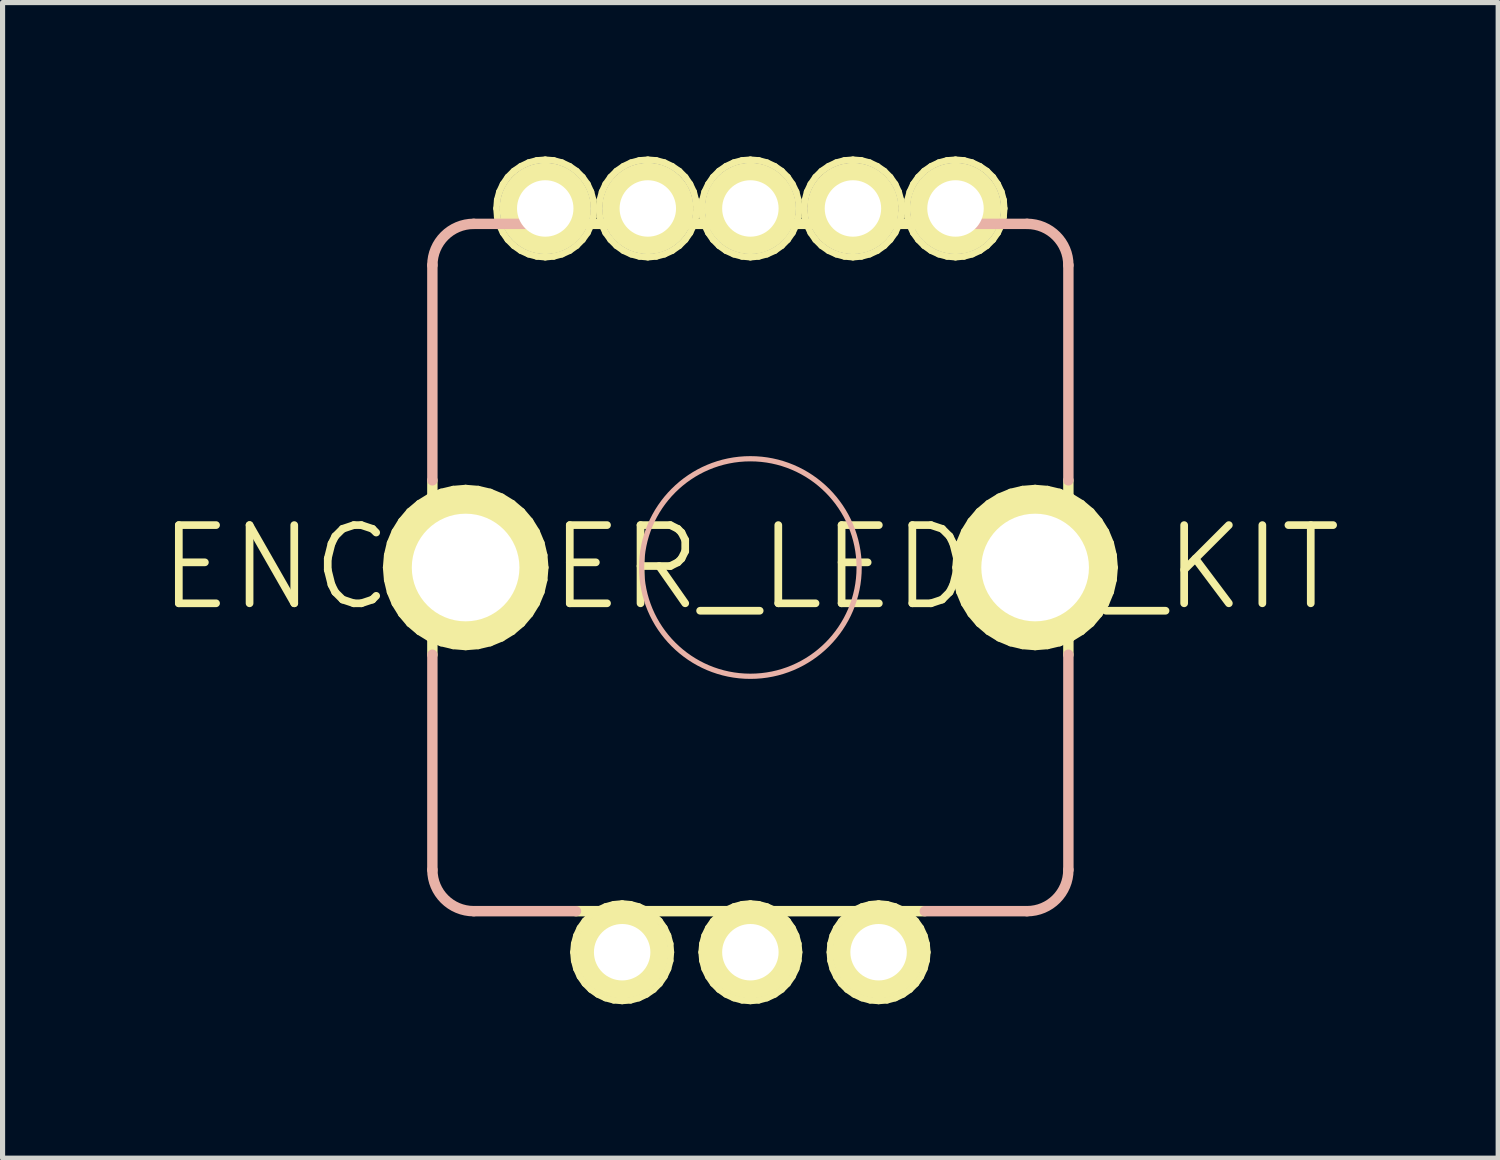
<source format=kicad_pcb>
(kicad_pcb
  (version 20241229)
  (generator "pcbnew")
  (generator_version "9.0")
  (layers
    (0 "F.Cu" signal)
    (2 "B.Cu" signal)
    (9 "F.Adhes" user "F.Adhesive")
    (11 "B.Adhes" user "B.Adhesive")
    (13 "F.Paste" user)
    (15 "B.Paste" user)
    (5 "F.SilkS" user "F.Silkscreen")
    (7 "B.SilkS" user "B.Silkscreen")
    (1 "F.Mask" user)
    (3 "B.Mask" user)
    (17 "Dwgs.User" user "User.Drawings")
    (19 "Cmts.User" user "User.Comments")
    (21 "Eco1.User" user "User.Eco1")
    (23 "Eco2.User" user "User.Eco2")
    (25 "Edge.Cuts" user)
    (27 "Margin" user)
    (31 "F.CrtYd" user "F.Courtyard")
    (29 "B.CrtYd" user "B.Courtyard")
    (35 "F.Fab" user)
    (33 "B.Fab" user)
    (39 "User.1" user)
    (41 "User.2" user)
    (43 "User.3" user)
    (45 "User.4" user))
  (footprint "ENCODER_LED_3_KIT"
    (layer "F.Cu")
    (at 11.575 8.011)
    (property "Reference" "ENCODER_LED_3_KIT" (at 0 0 0) (layer "F.SilkS") (effects (font (size 1.524 1.524) (thickness 0.15))))
    (attr exclude_from_pos_files exclude_from_bom)
    (fp_line (start -7.099 0) (end -7.079 -0.241) (stroke (width 0.127) (type solid)) (layer "F.SilkS"))
    (fp_line (start -7.079 -0.241) (end -7.023 -0.478) (stroke (width 0.127) (type solid)) (layer "F.SilkS"))
    (fp_line (start -7.079 0.241) (end -7.099 0) (stroke (width 0.127) (type solid)) (layer "F.SilkS"))
    (fp_line (start -7.023 -0.478) (end -6.929 -0.704) (stroke (width 0.127) (type solid)) (layer "F.SilkS"))
    (fp_line (start -7.023 0.478) (end -7.079 0.241) (stroke (width 0.127) (type solid)) (layer "F.SilkS"))
    (fp_line (start -6.929 -0.704) (end -6.802 -0.909) (stroke (width 0.127) (type solid)) (layer "F.SilkS"))
    (fp_line (start -6.929 0.704) (end -7.023 0.478) (stroke (width 0.127) (type solid)) (layer "F.SilkS"))
    (fp_line (start -6.802 -0.909) (end -6.645 -1.095) (stroke (width 0.127) (type solid)) (layer "F.SilkS"))
    (fp_line (start -6.802 0.909) (end -6.929 0.704) (stroke (width 0.127) (type solid)) (layer "F.SilkS"))
    (fp_line (start -6.645 -1.095) (end -6.459 -1.252) (stroke (width 0.127) (type solid)) (layer "F.SilkS"))
    (fp_line (start -6.645 1.095) (end -6.802 0.909) (stroke (width 0.127) (type solid)) (layer "F.SilkS"))
    (fp_line (start -6.548 0) (end -6.533 0.173) (stroke (width 0.127) (type solid)) (layer "F.SilkS"))
    (fp_line (start -6.533 -0.173) (end -6.548 0) (stroke (width 0.127) (type solid)) (layer "F.SilkS"))
    (fp_line (start -6.533 0.173) (end -6.487 0.34) (stroke (width 0.127) (type solid)) (layer "F.SilkS"))
    (fp_line (start -6.487 -0.34) (end -6.533 -0.173) (stroke (width 0.127) (type solid)) (layer "F.SilkS"))
    (fp_line (start -6.487 0.34) (end -6.413 0.498) (stroke (width 0.127) (type solid)) (layer "F.SilkS"))
    (fp_line (start -6.459 -1.252) (end -6.253 -1.379) (stroke (width 0.127) (type solid)) (layer "F.SilkS"))
    (fp_line (start -6.459 1.252) (end -6.645 1.095) (stroke (width 0.127) (type solid)) (layer "F.SilkS"))
    (fp_line (start -6.413 -0.498) (end -6.487 -0.34) (stroke (width 0.127) (type solid)) (layer "F.SilkS"))
    (fp_line (start -6.413 0.498) (end -6.314 0.643) (stroke (width 0.127) (type solid)) (layer "F.SilkS"))
    (fp_line (start -6.314 -0.643) (end -6.413 -0.498) (stroke (width 0.127) (type solid)) (layer "F.SilkS"))
    (fp_line (start -6.314 0.643) (end -6.193 0.765) (stroke (width 0.127) (type solid)) (layer "F.SilkS"))
    (fp_line (start -6.253 -1.379) (end -6.027 -1.473) (stroke (width 0.127) (type solid)) (layer "F.SilkS"))
    (fp_line (start -6.253 1.379) (end -6.459 1.252) (stroke (width 0.127) (type solid)) (layer "F.SilkS"))
    (fp_line (start -6.198 1.699) (end -6.198 -1.699) (stroke (width 0.203) (type solid)) (layer "F.SilkS"))
    (fp_line (start -6.193 -0.765) (end -6.314 -0.643) (stroke (width 0.127) (type solid)) (layer "F.SilkS"))
    (fp_line (start -6.193 0.765) (end -6.048 0.864) (stroke (width 0.127) (type solid)) (layer "F.SilkS"))
    (fp_line (start -6.048 -0.864) (end -6.193 -0.765) (stroke (width 0.127) (type solid)) (layer "F.SilkS"))
    (fp_line (start -6.048 0.864) (end -5.89 0.937) (stroke (width 0.127) (type solid)) (layer "F.SilkS"))
    (fp_line (start -6.027 -1.473) (end -5.791 -1.529) (stroke (width 0.127) (type solid)) (layer "F.SilkS"))
    (fp_line (start -6.027 1.473) (end -6.253 1.379) (stroke (width 0.127) (type solid)) (layer "F.SilkS"))
    (fp_line (start -5.89 -0.937) (end -6.048 -0.864) (stroke (width 0.127) (type solid)) (layer "F.SilkS"))
    (fp_line (start -5.89 0.937) (end -5.723 0.983) (stroke (width 0.127) (type solid)) (layer "F.SilkS"))
    (fp_line (start -5.791 -1.529) (end -5.55 -1.549) (stroke (width 0.127) (type solid)) (layer "F.SilkS"))
    (fp_line (start -5.791 1.529) (end -6.027 1.473) (stroke (width 0.127) (type solid)) (layer "F.SilkS"))
    (fp_line (start -5.723 -0.983) (end -5.89 -0.937) (stroke (width 0.127) (type solid)) (layer "F.SilkS"))
    (fp_line (start -5.723 0.983) (end -5.55 0.998) (stroke (width 0.127) (type solid)) (layer "F.SilkS"))
    (fp_line (start -5.55 -1.549) (end -5.306 -1.529) (stroke (width 0.127) (type solid)) (layer "F.SilkS"))
    (fp_line (start -5.55 -0.998) (end -5.723 -0.983) (stroke (width 0.127) (type solid)) (layer "F.SilkS"))
    (fp_line (start -5.55 0.998) (end -5.375 0.983) (stroke (width 0.127) (type solid)) (layer "F.SilkS"))
    (fp_line (start -5.55 1.549) (end -5.791 1.529) (stroke (width 0.127) (type solid)) (layer "F.SilkS"))
    (fp_line (start -5.375 -0.983) (end -5.55 -0.998) (stroke (width 0.127) (type solid)) (layer "F.SilkS"))
    (fp_line (start -5.375 0.983) (end -5.207 0.937) (stroke (width 0.127) (type solid)) (layer "F.SilkS"))
    (fp_line (start -5.306 -1.529) (end -5.07 -1.473) (stroke (width 0.127) (type solid)) (layer "F.SilkS"))
    (fp_line (start -5.306 1.529) (end -5.55 1.549) (stroke (width 0.127) (type solid)) (layer "F.SilkS"))
    (fp_line (start -5.207 -0.937) (end -5.375 -0.983) (stroke (width 0.127) (type solid)) (layer "F.SilkS"))
    (fp_line (start -5.207 0.937) (end -5.05 0.864) (stroke (width 0.127) (type solid)) (layer "F.SilkS"))
    (fp_line (start -5.07 -1.473) (end -4.844 -1.379) (stroke (width 0.127) (type solid)) (layer "F.SilkS"))
    (fp_line (start -5.07 1.473) (end -5.306 1.529) (stroke (width 0.127) (type solid)) (layer "F.SilkS"))
    (fp_line (start -5.05 -0.864) (end -5.207 -0.937) (stroke (width 0.127) (type solid)) (layer "F.SilkS"))
    (fp_line (start -5.05 0.864) (end -4.905 0.765) (stroke (width 0.127) (type solid)) (layer "F.SilkS"))
    (fp_line (start -4.948 -6.998) (end -4.935 -6.833) (stroke (width 0.127) (type solid)) (layer "F.SilkS"))
    (fp_line (start -4.935 -7.163) (end -4.948 -6.998) (stroke (width 0.127) (type solid)) (layer "F.SilkS"))
    (fp_line (start -4.935 -6.833) (end -4.892 -6.673) (stroke (width 0.127) (type solid)) (layer "F.SilkS"))
    (fp_line (start -4.905 -0.765) (end -5.05 -0.864) (stroke (width 0.127) (type solid)) (layer "F.SilkS"))
    (fp_line (start -4.905 0.765) (end -4.783 0.643) (stroke (width 0.127) (type solid)) (layer "F.SilkS"))
    (fp_line (start -4.892 -7.323) (end -4.935 -7.163) (stroke (width 0.127) (type solid)) (layer "F.SilkS"))
    (fp_line (start -4.892 -6.673) (end -4.821 -6.523) (stroke (width 0.127) (type solid)) (layer "F.SilkS"))
    (fp_line (start -4.844 -1.379) (end -4.638 -1.252) (stroke (width 0.127) (type solid)) (layer "F.SilkS"))
    (fp_line (start -4.844 1.379) (end -5.07 1.473) (stroke (width 0.127) (type solid)) (layer "F.SilkS"))
    (fp_line (start -4.821 -7.473) (end -4.892 -7.323) (stroke (width 0.127) (type solid)) (layer "F.SilkS"))
    (fp_line (start -4.821 -6.523) (end -4.727 -6.388) (stroke (width 0.127) (type solid)) (layer "F.SilkS"))
    (fp_line (start -4.783 -0.643) (end -4.905 -0.765) (stroke (width 0.127) (type solid)) (layer "F.SilkS"))
    (fp_line (start -4.783 0.643) (end -4.684 0.498) (stroke (width 0.127) (type solid)) (layer "F.SilkS"))
    (fp_line (start -4.727 -7.61) (end -4.821 -7.473) (stroke (width 0.127) (type solid)) (layer "F.SilkS"))
    (fp_line (start -4.727 -6.388) (end -4.61 -6.271) (stroke (width 0.127) (type solid)) (layer "F.SilkS"))
    (fp_line (start -4.684 -0.498) (end -4.783 -0.643) (stroke (width 0.127) (type solid)) (layer "F.SilkS"))
    (fp_line (start -4.684 0.498) (end -4.61 0.34) (stroke (width 0.127) (type solid)) (layer "F.SilkS"))
    (fp_line (start -4.638 -1.252) (end -4.453 -1.095) (stroke (width 0.127) (type solid)) (layer "F.SilkS"))
    (fp_line (start -4.638 1.252) (end -4.844 1.379) (stroke (width 0.127) (type solid)) (layer "F.SilkS"))
    (fp_line (start -4.61 -7.727) (end -4.727 -7.61) (stroke (width 0.127) (type solid)) (layer "F.SilkS"))
    (fp_line (start -4.61 -6.271) (end -4.473 -6.175) (stroke (width 0.127) (type solid)) (layer "F.SilkS"))
    (fp_line (start -4.61 -0.34) (end -4.684 -0.498) (stroke (width 0.127) (type solid)) (layer "F.SilkS"))
    (fp_line (start -4.61 0.34) (end -4.564 0.173) (stroke (width 0.127) (type solid)) (layer "F.SilkS"))
    (fp_line (start -4.564 -6.998) (end -4.564 -6.949) (stroke (width 0.127) (type solid)) (layer "F.SilkS"))
    (fp_line (start -4.564 -6.949) (end -4.552 -6.838) (stroke (width 0.127) (type solid)) (layer "F.SilkS"))
    (fp_line (start -4.564 -0.173) (end -4.61 -0.34) (stroke (width 0.127) (type solid)) (layer "F.SilkS"))
    (fp_line (start -4.564 0.173) (end -4.549 0) (stroke (width 0.127) (type solid)) (layer "F.SilkS"))
    (fp_line (start -4.554 -7.107) (end -4.564 -6.998) (stroke (width 0.127) (type solid)) (layer "F.SilkS"))
    (fp_line (start -4.552 -6.838) (end -4.516 -6.731) (stroke (width 0.127) (type solid)) (layer "F.SilkS"))
    (fp_line (start -4.549 0) (end -4.564 -0.173) (stroke (width 0.127) (type solid)) (layer "F.SilkS"))
    (fp_line (start -4.524 -7.209) (end -4.554 -7.107) (stroke (width 0.127) (type solid)) (layer "F.SilkS"))
    (fp_line (start -4.516 -6.731) (end -4.455 -6.637) (stroke (width 0.127) (type solid)) (layer "F.SilkS"))
    (fp_line (start -4.473 -7.821) (end -4.61 -7.727) (stroke (width 0.127) (type solid)) (layer "F.SilkS"))
    (fp_line (start -4.473 -7.305) (end -4.524 -7.209) (stroke (width 0.127) (type solid)) (layer "F.SilkS"))
    (fp_line (start -4.473 -6.175) (end -4.323 -6.106) (stroke (width 0.127) (type solid)) (layer "F.SilkS"))
    (fp_line (start -4.455 -6.637) (end -4.376 -6.558) (stroke (width 0.127) (type solid)) (layer "F.SilkS"))
    (fp_line (start -4.453 -1.095) (end -4.295 -0.909) (stroke (width 0.127) (type solid)) (layer "F.SilkS"))
    (fp_line (start -4.453 1.095) (end -4.638 1.252) (stroke (width 0.127) (type solid)) (layer "F.SilkS"))
    (fp_line (start -4.404 -7.389) (end -4.473 -7.305) (stroke (width 0.127) (type solid)) (layer "F.SilkS"))
    (fp_line (start -4.376 -6.558) (end -4.282 -6.497) (stroke (width 0.127) (type solid)) (layer "F.SilkS"))
    (fp_line (start -4.323 -7.892) (end -4.473 -7.821) (stroke (width 0.127) (type solid)) (layer "F.SilkS"))
    (fp_line (start -4.323 -6.106) (end -4.163 -6.063) (stroke (width 0.127) (type solid)) (layer "F.SilkS"))
    (fp_line (start -4.321 -7.455) (end -4.404 -7.389) (stroke (width 0.127) (type solid)) (layer "F.SilkS"))
    (fp_line (start -4.295 -0.909) (end -4.168 -0.704) (stroke (width 0.127) (type solid)) (layer "F.SilkS"))
    (fp_line (start -4.295 0.909) (end -4.453 1.095) (stroke (width 0.127) (type solid)) (layer "F.SilkS"))
    (fp_line (start -4.282 -6.497) (end -4.176 -6.462) (stroke (width 0.127) (type solid)) (layer "F.SilkS"))
    (fp_line (start -4.224 -7.506) (end -4.321 -7.455) (stroke (width 0.127) (type solid)) (layer "F.SilkS"))
    (fp_line (start -4.176 -6.462) (end -4.064 -6.449) (stroke (width 0.127) (type solid)) (layer "F.SilkS"))
    (fp_line (start -4.168 -0.704) (end -4.074 -0.478) (stroke (width 0.127) (type solid)) (layer "F.SilkS"))
    (fp_line (start -4.168 0.704) (end -4.295 0.909) (stroke (width 0.127) (type solid)) (layer "F.SilkS"))
    (fp_line (start -4.163 -7.935) (end -4.323 -7.892) (stroke (width 0.127) (type solid)) (layer "F.SilkS"))
    (fp_line (start -4.163 -6.063) (end -3.998 -6.048) (stroke (width 0.127) (type solid)) (layer "F.SilkS"))
    (fp_line (start -4.122 -7.539) (end -4.224 -7.506) (stroke (width 0.127) (type solid)) (layer "F.SilkS"))
    (fp_line (start -4.074 -0.478) (end -4.018 -0.241) (stroke (width 0.127) (type solid)) (layer "F.SilkS"))
    (fp_line (start -4.074 0.478) (end -4.168 0.704) (stroke (width 0.127) (type solid)) (layer "F.SilkS"))
    (fp_line (start -4.064 -6.449) (end -4.016 -6.449) (stroke (width 0.127) (type solid)) (layer "F.SilkS"))
    (fp_line (start -4.018 -0.241) (end -3.998 0) (stroke (width 0.127) (type solid)) (layer "F.SilkS"))
    (fp_line (start -4.018 0.241) (end -4.074 0.478) (stroke (width 0.127) (type solid)) (layer "F.SilkS"))
    (fp_line (start -4.016 -7.549) (end -4.122 -7.539) (stroke (width 0.127) (type solid)) (layer "F.SilkS"))
    (fp_line (start -4.016 -6.449) (end -3.907 -6.459) (stroke (width 0.127) (type solid)) (layer "F.SilkS"))
    (fp_line (start -3.998 -7.948) (end -4.163 -7.935) (stroke (width 0.127) (type solid)) (layer "F.SilkS"))
    (fp_line (start -3.998 -6.048) (end -3.833 -6.063) (stroke (width 0.127) (type solid)) (layer "F.SilkS"))
    (fp_line (start -3.998 0) (end -4.018 0.241) (stroke (width 0.127) (type solid)) (layer "F.SilkS"))
    (fp_line (start -3.907 -7.539) (end -4.016 -7.549) (stroke (width 0.127) (type solid)) (layer "F.SilkS"))
    (fp_line (start -3.907 -6.459) (end -3.805 -6.49) (stroke (width 0.127) (type solid)) (layer "F.SilkS"))
    (fp_line (start -3.899 -6.698) (end 3.899 -6.698) (stroke (width 0.203) (type solid)) (layer "F.SilkS"))
    (fp_line (start -3.833 -7.935) (end -3.998 -7.948) (stroke (width 0.127) (type solid)) (layer "F.SilkS"))
    (fp_line (start -3.833 -6.063) (end -3.673 -6.106) (stroke (width 0.127) (type solid)) (layer "F.SilkS"))
    (fp_line (start -3.805 -7.506) (end -3.907 -7.539) (stroke (width 0.127) (type solid)) (layer "F.SilkS"))
    (fp_line (start -3.805 -6.49) (end -3.708 -6.54) (stroke (width 0.127) (type solid)) (layer "F.SilkS"))
    (fp_line (start -3.708 -7.455) (end -3.805 -7.506) (stroke (width 0.127) (type solid)) (layer "F.SilkS"))
    (fp_line (start -3.708 -6.54) (end -3.625 -6.609) (stroke (width 0.127) (type solid)) (layer "F.SilkS"))
    (fp_line (start -3.673 -7.892) (end -3.833 -7.935) (stroke (width 0.127) (type solid)) (layer "F.SilkS"))
    (fp_line (start -3.673 -6.106) (end -3.523 -6.175) (stroke (width 0.127) (type solid)) (layer "F.SilkS"))
    (fp_line (start -3.625 -7.389) (end -3.708 -7.455) (stroke (width 0.127) (type solid)) (layer "F.SilkS"))
    (fp_line (start -3.625 -6.609) (end -3.559 -6.693) (stroke (width 0.127) (type solid)) (layer "F.SilkS"))
    (fp_line (start -3.559 -7.305) (end -3.625 -7.389) (stroke (width 0.127) (type solid)) (layer "F.SilkS"))
    (fp_line (start -3.559 -6.693) (end -3.508 -6.789) (stroke (width 0.127) (type solid)) (layer "F.SilkS"))
    (fp_line (start -3.523 -7.821) (end -3.673 -7.892) (stroke (width 0.127) (type solid)) (layer "F.SilkS"))
    (fp_line (start -3.523 -6.175) (end -3.388 -6.271) (stroke (width 0.127) (type solid)) (layer "F.SilkS"))
    (fp_line (start -3.508 -7.209) (end -3.559 -7.305) (stroke (width 0.127) (type solid)) (layer "F.SilkS"))
    (fp_line (start -3.508 -6.789) (end -3.475 -6.891) (stroke (width 0.127) (type solid)) (layer "F.SilkS"))
    (fp_line (start -3.475 -7.107) (end -3.508 -7.209) (stroke (width 0.127) (type solid)) (layer "F.SilkS"))
    (fp_line (start -3.475 -6.891) (end -3.465 -6.998) (stroke (width 0.127) (type solid)) (layer "F.SilkS"))
    (fp_line (start -3.465 -6.998) (end -3.475 -7.107) (stroke (width 0.127) (type solid)) (layer "F.SilkS"))
    (fp_line (start -3.449 7.498) (end -3.434 7.663) (stroke (width 0.127) (type solid)) (layer "F.SilkS"))
    (fp_line (start -3.434 7.333) (end -3.449 7.498) (stroke (width 0.127) (type solid)) (layer "F.SilkS"))
    (fp_line (start -3.434 7.663) (end -3.391 7.823) (stroke (width 0.127) (type solid)) (layer "F.SilkS"))
    (fp_line (start -3.391 7.173) (end -3.434 7.333) (stroke (width 0.127) (type solid)) (layer "F.SilkS"))
    (fp_line (start -3.391 7.823) (end -3.322 7.973) (stroke (width 0.127) (type solid)) (layer "F.SilkS"))
    (fp_line (start -3.388 -7.727) (end -3.523 -7.821) (stroke (width 0.127) (type solid)) (layer "F.SilkS"))
    (fp_line (start -3.388 -6.271) (end -3.272 -6.388) (stroke (width 0.127) (type solid)) (layer "F.SilkS"))
    (fp_line (start -3.322 7.023) (end -3.391 7.173) (stroke (width 0.127) (type solid)) (layer "F.SilkS"))
    (fp_line (start -3.322 7.973) (end -3.226 8.11) (stroke (width 0.127) (type solid)) (layer "F.SilkS"))
    (fp_line (start -3.272 -7.61) (end -3.388 -7.727) (stroke (width 0.127) (type solid)) (layer "F.SilkS"))
    (fp_line (start -3.272 -6.388) (end -3.175 -6.523) (stroke (width 0.127) (type solid)) (layer "F.SilkS"))
    (fp_line (start -3.226 6.888) (end -3.322 7.023) (stroke (width 0.127) (type solid)) (layer "F.SilkS"))
    (fp_line (start -3.226 8.11) (end -3.109 8.227) (stroke (width 0.127) (type solid)) (layer "F.SilkS"))
    (fp_line (start -3.175 -7.473) (end -3.272 -7.61) (stroke (width 0.127) (type solid)) (layer "F.SilkS"))
    (fp_line (start -3.175 -6.523) (end -3.106 -6.673) (stroke (width 0.127) (type solid)) (layer "F.SilkS"))
    (fp_line (start -3.109 6.772) (end -3.226 6.888) (stroke (width 0.127) (type solid)) (layer "F.SilkS"))
    (fp_line (start -3.109 8.227) (end -2.974 8.321) (stroke (width 0.127) (type solid)) (layer "F.SilkS"))
    (fp_line (start -3.106 -7.323) (end -3.175 -7.473) (stroke (width 0.127) (type solid)) (layer "F.SilkS"))
    (fp_line (start -3.106 -6.673) (end -3.063 -6.833) (stroke (width 0.127) (type solid)) (layer "F.SilkS"))
    (fp_line (start -3.063 -7.163) (end -3.106 -7.323) (stroke (width 0.127) (type solid)) (layer "F.SilkS"))
    (fp_line (start -3.063 -6.833) (end -3.048 -6.998) (stroke (width 0.127) (type solid)) (layer "F.SilkS"))
    (fp_line (start -3.048 -6.998) (end -3.063 -7.163) (stroke (width 0.127) (type solid)) (layer "F.SilkS"))
    (fp_line (start -3.048 7.498) (end -3.048 7.549) (stroke (width 0.127) (type solid)) (layer "F.SilkS"))
    (fp_line (start -3.048 7.549) (end -3.035 7.661) (stroke (width 0.127) (type solid)) (layer "F.SilkS"))
    (fp_line (start -3.038 7.391) (end -3.048 7.498) (stroke (width 0.127) (type solid)) (layer "F.SilkS"))
    (fp_line (start -3.035 7.661) (end -3 7.765) (stroke (width 0.127) (type solid)) (layer "F.SilkS"))
    (fp_line (start -3.007 7.287) (end -3.038 7.391) (stroke (width 0.127) (type solid)) (layer "F.SilkS"))
    (fp_line (start -3 7.765) (end -2.939 7.861) (stroke (width 0.127) (type solid)) (layer "F.SilkS"))
    (fp_line (start -2.974 6.675) (end -3.109 6.772) (stroke (width 0.127) (type solid)) (layer "F.SilkS"))
    (fp_line (start -2.974 8.321) (end -2.824 8.392) (stroke (width 0.127) (type solid)) (layer "F.SilkS"))
    (fp_line (start -2.957 7.193) (end -3.007 7.287) (stroke (width 0.127) (type solid)) (layer "F.SilkS"))
    (fp_line (start -2.949 -6.998) (end -2.934 -6.833) (stroke (width 0.127) (type solid)) (layer "F.SilkS"))
    (fp_line (start -2.939 7.861) (end -2.86 7.94) (stroke (width 0.127) (type solid)) (layer "F.SilkS"))
    (fp_line (start -2.934 -7.163) (end -2.949 -6.998) (stroke (width 0.127) (type solid)) (layer "F.SilkS"))
    (fp_line (start -2.934 -6.833) (end -2.891 -6.673) (stroke (width 0.127) (type solid)) (layer "F.SilkS"))
    (fp_line (start -2.891 -7.323) (end -2.934 -7.163) (stroke (width 0.127) (type solid)) (layer "F.SilkS"))
    (fp_line (start -2.891 -6.673) (end -2.822 -6.523) (stroke (width 0.127) (type solid)) (layer "F.SilkS"))
    (fp_line (start -2.888 7.109) (end -2.957 7.193) (stroke (width 0.127) (type solid)) (layer "F.SilkS"))
    (fp_line (start -2.86 7.94) (end -2.766 7.998) (stroke (width 0.127) (type solid)) (layer "F.SilkS"))
    (fp_line (start -2.824 6.607) (end -2.974 6.675) (stroke (width 0.127) (type solid)) (layer "F.SilkS"))
    (fp_line (start -2.824 8.392) (end -2.664 8.435) (stroke (width 0.127) (type solid)) (layer "F.SilkS"))
    (fp_line (start -2.822 -7.473) (end -2.891 -7.323) (stroke (width 0.127) (type solid)) (layer "F.SilkS"))
    (fp_line (start -2.822 -6.523) (end -2.725 -6.388) (stroke (width 0.127) (type solid)) (layer "F.SilkS"))
    (fp_line (start -2.804 7.041) (end -2.888 7.109) (stroke (width 0.127) (type solid)) (layer "F.SilkS"))
    (fp_line (start -2.766 7.998) (end -2.659 8.037) (stroke (width 0.127) (type solid)) (layer "F.SilkS"))
    (fp_line (start -2.725 -7.61) (end -2.822 -7.473) (stroke (width 0.127) (type solid)) (layer "F.SilkS"))
    (fp_line (start -2.725 -6.388) (end -2.609 -6.271) (stroke (width 0.127) (type solid)) (layer "F.SilkS"))
    (fp_line (start -2.71 6.99) (end -2.804 7.041) (stroke (width 0.127) (type solid)) (layer "F.SilkS"))
    (fp_line (start -2.664 6.563) (end -2.824 6.607) (stroke (width 0.127) (type solid)) (layer "F.SilkS"))
    (fp_line (start -2.664 8.435) (end -2.499 8.448) (stroke (width 0.127) (type solid)) (layer "F.SilkS"))
    (fp_line (start -2.659 8.037) (end -2.548 8.049) (stroke (width 0.127) (type solid)) (layer "F.SilkS"))
    (fp_line (start -2.609 -7.727) (end -2.725 -7.61) (stroke (width 0.127) (type solid)) (layer "F.SilkS"))
    (fp_line (start -2.609 -6.271) (end -2.474 -6.175) (stroke (width 0.127) (type solid)) (layer "F.SilkS"))
    (fp_line (start -2.606 6.96) (end -2.71 6.99) (stroke (width 0.127) (type solid)) (layer "F.SilkS"))
    (fp_line (start -2.565 -6.998) (end -2.565 -6.949) (stroke (width 0.127) (type solid)) (layer "F.SilkS"))
    (fp_line (start -2.565 -6.949) (end -2.553 -6.838) (stroke (width 0.127) (type solid)) (layer "F.SilkS"))
    (fp_line (start -2.555 -7.107) (end -2.565 -6.998) (stroke (width 0.127) (type solid)) (layer "F.SilkS"))
    (fp_line (start -2.553 -6.838) (end -2.515 -6.731) (stroke (width 0.127) (type solid)) (layer "F.SilkS"))
    (fp_line (start -2.548 8.049) (end -2.499 8.049) (stroke (width 0.127) (type solid)) (layer "F.SilkS"))
    (fp_line (start -2.522 -7.209) (end -2.555 -7.107) (stroke (width 0.127) (type solid)) (layer "F.SilkS"))
    (fp_line (start -2.515 -6.731) (end -2.456 -6.637) (stroke (width 0.127) (type solid)) (layer "F.SilkS"))
    (fp_line (start -2.499 6.548) (end -2.664 6.563) (stroke (width 0.127) (type solid)) (layer "F.SilkS"))
    (fp_line (start -2.499 6.949) (end -2.606 6.96) (stroke (width 0.127) (type solid)) (layer "F.SilkS"))
    (fp_line (start -2.499 8.049) (end -2.393 8.039) (stroke (width 0.127) (type solid)) (layer "F.SilkS"))
    (fp_line (start -2.499 8.448) (end -2.334 8.435) (stroke (width 0.127) (type solid)) (layer "F.SilkS"))
    (fp_line (start -2.474 -7.821) (end -2.609 -7.727) (stroke (width 0.127) (type solid)) (layer "F.SilkS"))
    (fp_line (start -2.474 -6.175) (end -2.324 -6.106) (stroke (width 0.127) (type solid)) (layer "F.SilkS"))
    (fp_line (start -2.471 -7.305) (end -2.522 -7.209) (stroke (width 0.127) (type solid)) (layer "F.SilkS"))
    (fp_line (start -2.456 -6.637) (end -2.377 -6.558) (stroke (width 0.127) (type solid)) (layer "F.SilkS"))
    (fp_line (start -2.403 -7.389) (end -2.471 -7.305) (stroke (width 0.127) (type solid)) (layer "F.SilkS"))
    (fp_line (start -2.393 6.96) (end -2.499 6.949) (stroke (width 0.127) (type solid)) (layer "F.SilkS"))
    (fp_line (start -2.393 8.039) (end -2.289 8.006) (stroke (width 0.127) (type solid)) (layer "F.SilkS"))
    (fp_line (start -2.377 -6.558) (end -2.281 -6.497) (stroke (width 0.127) (type solid)) (layer "F.SilkS"))
    (fp_line (start -2.334 6.563) (end -2.499 6.548) (stroke (width 0.127) (type solid)) (layer "F.SilkS"))
    (fp_line (start -2.334 8.435) (end -2.174 8.392) (stroke (width 0.127) (type solid)) (layer "F.SilkS"))
    (fp_line (start -2.324 -7.892) (end -2.474 -7.821) (stroke (width 0.127) (type solid)) (layer "F.SilkS"))
    (fp_line (start -2.324 -6.106) (end -2.164 -6.063) (stroke (width 0.127) (type solid)) (layer "F.SilkS"))
    (fp_line (start -2.322 -7.455) (end -2.403 -7.389) (stroke (width 0.127) (type solid)) (layer "F.SilkS"))
    (fp_line (start -2.289 6.99) (end -2.393 6.96) (stroke (width 0.127) (type solid)) (layer "F.SilkS"))
    (fp_line (start -2.289 8.006) (end -2.192 7.955) (stroke (width 0.127) (type solid)) (layer "F.SilkS"))
    (fp_line (start -2.281 -6.497) (end -2.177 -6.462) (stroke (width 0.127) (type solid)) (layer "F.SilkS"))
    (fp_line (start -2.225 -7.506) (end -2.322 -7.455) (stroke (width 0.127) (type solid)) (layer "F.SilkS"))
    (fp_line (start -2.192 7.041) (end -2.289 6.99) (stroke (width 0.127) (type solid)) (layer "F.SilkS"))
    (fp_line (start -2.192 7.955) (end -2.111 7.887) (stroke (width 0.127) (type solid)) (layer "F.SilkS"))
    (fp_line (start -2.177 -6.462) (end -2.065 -6.449) (stroke (width 0.127) (type solid)) (layer "F.SilkS"))
    (fp_line (start -2.174 6.607) (end -2.334 6.563) (stroke (width 0.127) (type solid)) (layer "F.SilkS"))
    (fp_line (start -2.174 8.392) (end -2.024 8.321) (stroke (width 0.127) (type solid)) (layer "F.SilkS"))
    (fp_line (start -2.164 -7.935) (end -2.324 -7.892) (stroke (width 0.127) (type solid)) (layer "F.SilkS"))
    (fp_line (start -2.164 -6.063) (end -1.999 -6.048) (stroke (width 0.127) (type solid)) (layer "F.SilkS"))
    (fp_line (start -2.121 -7.539) (end -2.225 -7.506) (stroke (width 0.127) (type solid)) (layer "F.SilkS"))
    (fp_line (start -2.111 7.109) (end -2.192 7.041) (stroke (width 0.127) (type solid)) (layer "F.SilkS"))
    (fp_line (start -2.111 7.887) (end -2.042 7.805) (stroke (width 0.127) (type solid)) (layer "F.SilkS"))
    (fp_line (start -2.065 -6.449) (end -2.014 -6.449) (stroke (width 0.127) (type solid)) (layer "F.SilkS"))
    (fp_line (start -2.042 7.193) (end -2.111 7.109) (stroke (width 0.127) (type solid)) (layer "F.SilkS"))
    (fp_line (start -2.042 7.805) (end -1.991 7.709) (stroke (width 0.127) (type solid)) (layer "F.SilkS"))
    (fp_line (start -2.024 6.675) (end -2.174 6.607) (stroke (width 0.127) (type solid)) (layer "F.SilkS"))
    (fp_line (start -2.024 8.321) (end -1.887 8.227) (stroke (width 0.127) (type solid)) (layer "F.SilkS"))
    (fp_line (start -2.014 -7.549) (end -2.121 -7.539) (stroke (width 0.127) (type solid)) (layer "F.SilkS"))
    (fp_line (start -2.014 -6.449) (end -1.908 -6.459) (stroke (width 0.127) (type solid)) (layer "F.SilkS"))
    (fp_line (start -1.999 -7.948) (end -2.164 -7.935) (stroke (width 0.127) (type solid)) (layer "F.SilkS"))
    (fp_line (start -1.999 -6.048) (end -1.834 -6.063) (stroke (width 0.127) (type solid)) (layer "F.SilkS"))
    (fp_line (start -1.991 7.287) (end -2.042 7.193) (stroke (width 0.127) (type solid)) (layer "F.SilkS"))
    (fp_line (start -1.991 7.709) (end -1.958 7.607) (stroke (width 0.127) (type solid)) (layer "F.SilkS"))
    (fp_line (start -1.958 7.391) (end -1.991 7.287) (stroke (width 0.127) (type solid)) (layer "F.SilkS"))
    (fp_line (start -1.958 7.607) (end -1.948 7.498) (stroke (width 0.127) (type solid)) (layer "F.SilkS"))
    (fp_line (start -1.948 7.498) (end -1.958 7.391) (stroke (width 0.127) (type solid)) (layer "F.SilkS"))
    (fp_line (start -1.908 -7.539) (end -2.014 -7.549) (stroke (width 0.127) (type solid)) (layer "F.SilkS"))
    (fp_line (start -1.908 -6.459) (end -1.803 -6.49) (stroke (width 0.127) (type solid)) (layer "F.SilkS"))
    (fp_line (start -1.887 6.772) (end -2.024 6.675) (stroke (width 0.127) (type solid)) (layer "F.SilkS"))
    (fp_line (start -1.887 8.227) (end -1.77 8.11) (stroke (width 0.127) (type solid)) (layer "F.SilkS"))
    (fp_line (start -1.834 -7.935) (end -1.999 -7.948) (stroke (width 0.127) (type solid)) (layer "F.SilkS"))
    (fp_line (start -1.834 -6.063) (end -1.674 -6.106) (stroke (width 0.127) (type solid)) (layer "F.SilkS"))
    (fp_line (start -1.803 -7.506) (end -1.908 -7.539) (stroke (width 0.127) (type solid)) (layer "F.SilkS"))
    (fp_line (start -1.803 -6.49) (end -1.709 -6.54) (stroke (width 0.127) (type solid)) (layer "F.SilkS"))
    (fp_line (start -1.77 6.888) (end -1.887 6.772) (stroke (width 0.127) (type solid)) (layer "F.SilkS"))
    (fp_line (start -1.77 8.11) (end -1.676 7.973) (stroke (width 0.127) (type solid)) (layer "F.SilkS"))
    (fp_line (start -1.709 -7.455) (end -1.803 -7.506) (stroke (width 0.127) (type solid)) (layer "F.SilkS"))
    (fp_line (start -1.709 -6.54) (end -1.626 -6.609) (stroke (width 0.127) (type solid)) (layer "F.SilkS"))
    (fp_line (start -1.676 7.023) (end -1.77 6.888) (stroke (width 0.127) (type solid)) (layer "F.SilkS"))
    (fp_line (start -1.676 7.973) (end -1.605 7.823) (stroke (width 0.127) (type solid)) (layer "F.SilkS"))
    (fp_line (start -1.674 -7.892) (end -1.834 -7.935) (stroke (width 0.127) (type solid)) (layer "F.SilkS"))
    (fp_line (start -1.674 -6.106) (end -1.524 -6.175) (stroke (width 0.127) (type solid)) (layer "F.SilkS"))
    (fp_line (start -1.626 -7.389) (end -1.709 -7.455) (stroke (width 0.127) (type solid)) (layer "F.SilkS"))
    (fp_line (start -1.626 -6.609) (end -1.557 -6.693) (stroke (width 0.127) (type solid)) (layer "F.SilkS"))
    (fp_line (start -1.605 7.173) (end -1.676 7.023) (stroke (width 0.127) (type solid)) (layer "F.SilkS"))
    (fp_line (start -1.605 7.823) (end -1.562 7.663) (stroke (width 0.127) (type solid)) (layer "F.SilkS"))
    (fp_line (start -1.562 7.333) (end -1.605 7.173) (stroke (width 0.127) (type solid)) (layer "F.SilkS"))
    (fp_line (start -1.562 7.663) (end -1.549 7.498) (stroke (width 0.127) (type solid)) (layer "F.SilkS"))
    (fp_line (start -1.557 -7.305) (end -1.626 -7.389) (stroke (width 0.127) (type solid)) (layer "F.SilkS"))
    (fp_line (start -1.557 -6.693) (end -1.506 -6.789) (stroke (width 0.127) (type solid)) (layer "F.SilkS"))
    (fp_line (start -1.549 7.498) (end -1.562 7.333) (stroke (width 0.127) (type solid)) (layer "F.SilkS"))
    (fp_line (start -1.524 -7.821) (end -1.674 -7.892) (stroke (width 0.127) (type solid)) (layer "F.SilkS"))
    (fp_line (start -1.524 -6.175) (end -1.387 -6.271) (stroke (width 0.127) (type solid)) (layer "F.SilkS"))
    (fp_line (start -1.506 -7.209) (end -1.557 -7.305) (stroke (width 0.127) (type solid)) (layer "F.SilkS"))
    (fp_line (start -1.506 -6.789) (end -1.476 -6.891) (stroke (width 0.127) (type solid)) (layer "F.SilkS"))
    (fp_line (start -1.476 -7.107) (end -1.506 -7.209) (stroke (width 0.127) (type solid)) (layer "F.SilkS"))
    (fp_line (start -1.476 -6.891) (end -1.466 -6.998) (stroke (width 0.127) (type solid)) (layer "F.SilkS"))
    (fp_line (start -1.466 -6.998) (end -1.476 -7.107) (stroke (width 0.127) (type solid)) (layer "F.SilkS"))
    (fp_line (start -1.387 -7.727) (end -1.524 -7.821) (stroke (width 0.127) (type solid)) (layer "F.SilkS"))
    (fp_line (start -1.387 -6.271) (end -1.27 -6.388) (stroke (width 0.127) (type solid)) (layer "F.SilkS"))
    (fp_line (start -1.27 -7.61) (end -1.387 -7.727) (stroke (width 0.127) (type solid)) (layer "F.SilkS"))
    (fp_line (start -1.27 -6.388) (end -1.176 -6.523) (stroke (width 0.127) (type solid)) (layer "F.SilkS"))
    (fp_line (start -1.176 -7.473) (end -1.27 -7.61) (stroke (width 0.127) (type solid)) (layer "F.SilkS"))
    (fp_line (start -1.176 -6.523) (end -1.105 -6.673) (stroke (width 0.127) (type solid)) (layer "F.SilkS"))
    (fp_line (start -1.105 -7.323) (end -1.176 -7.473) (stroke (width 0.127) (type solid)) (layer "F.SilkS"))
    (fp_line (start -1.105 -6.673) (end -1.064 -6.833) (stroke (width 0.127) (type solid)) (layer "F.SilkS"))
    (fp_line (start -1.064 -7.163) (end -1.105 -7.323) (stroke (width 0.127) (type solid)) (layer "F.SilkS"))
    (fp_line (start -1.064 -6.833) (end -1.049 -6.998) (stroke (width 0.127) (type solid)) (layer "F.SilkS"))
    (fp_line (start -1.049 -6.998) (end -1.064 -7.163) (stroke (width 0.127) (type solid)) (layer "F.SilkS"))
    (fp_line (start -0.95 -6.998) (end -0.935 -6.833) (stroke (width 0.127) (type solid)) (layer "F.SilkS"))
    (fp_line (start -0.95 7.498) (end -0.935 7.663) (stroke (width 0.127) (type solid)) (layer "F.SilkS"))
    (fp_line (start -0.935 -7.163) (end -0.95 -6.998) (stroke (width 0.127) (type solid)) (layer "F.SilkS"))
    (fp_line (start -0.935 -6.833) (end -0.892 -6.673) (stroke (width 0.127) (type solid)) (layer "F.SilkS"))
    (fp_line (start -0.935 7.333) (end -0.95 7.498) (stroke (width 0.127) (type solid)) (layer "F.SilkS"))
    (fp_line (start -0.935 7.663) (end -0.892 7.823) (stroke (width 0.127) (type solid)) (layer "F.SilkS"))
    (fp_line (start -0.892 -7.323) (end -0.935 -7.163) (stroke (width 0.127) (type solid)) (layer "F.SilkS"))
    (fp_line (start -0.892 -6.673) (end -0.82 -6.523) (stroke (width 0.127) (type solid)) (layer "F.SilkS"))
    (fp_line (start -0.892 7.173) (end -0.935 7.333) (stroke (width 0.127) (type solid)) (layer "F.SilkS"))
    (fp_line (start -0.892 7.823) (end -0.82 7.973) (stroke (width 0.127) (type solid)) (layer "F.SilkS"))
    (fp_line (start -0.82 -7.473) (end -0.892 -7.323) (stroke (width 0.127) (type solid)) (layer "F.SilkS"))
    (fp_line (start -0.82 -6.523) (end -0.726 -6.388) (stroke (width 0.127) (type solid)) (layer "F.SilkS"))
    (fp_line (start -0.82 7.023) (end -0.892 7.173) (stroke (width 0.127) (type solid)) (layer "F.SilkS"))
    (fp_line (start -0.82 7.973) (end -0.726 8.11) (stroke (width 0.127) (type solid)) (layer "F.SilkS"))
    (fp_line (start -0.726 -7.61) (end -0.82 -7.473) (stroke (width 0.127) (type solid)) (layer "F.SilkS"))
    (fp_line (start -0.726 -6.388) (end -0.61 -6.271) (stroke (width 0.127) (type solid)) (layer "F.SilkS"))
    (fp_line (start -0.726 6.888) (end -0.82 7.023) (stroke (width 0.127) (type solid)) (layer "F.SilkS"))
    (fp_line (start -0.726 8.11) (end -0.61 8.227) (stroke (width 0.127) (type solid)) (layer "F.SilkS"))
    (fp_line (start -0.61 -7.727) (end -0.726 -7.61) (stroke (width 0.127) (type solid)) (layer "F.SilkS"))
    (fp_line (start -0.61 -6.271) (end -0.475 -6.175) (stroke (width 0.127) (type solid)) (layer "F.SilkS"))
    (fp_line (start -0.61 6.772) (end -0.726 6.888) (stroke (width 0.127) (type solid)) (layer "F.SilkS"))
    (fp_line (start -0.61 8.227) (end -0.475 8.321) (stroke (width 0.127) (type solid)) (layer "F.SilkS"))
    (fp_line (start -0.564 -6.998) (end -0.564 -6.949) (stroke (width 0.127) (type solid)) (layer "F.SilkS"))
    (fp_line (start -0.564 -6.949) (end -0.551 -6.838) (stroke (width 0.127) (type solid)) (layer "F.SilkS"))
    (fp_line (start -0.551 -7.122) (end -0.564 -6.998) (stroke (width 0.127) (type solid)) (layer "F.SilkS"))
    (fp_line (start -0.551 -6.838) (end -0.516 -6.731) (stroke (width 0.127) (type solid)) (layer "F.SilkS"))
    (fp_line (start -0.549 7.498) (end -0.549 7.549) (stroke (width 0.127) (type solid)) (layer "F.SilkS"))
    (fp_line (start -0.549 7.549) (end -0.536 7.661) (stroke (width 0.127) (type solid)) (layer "F.SilkS"))
    (fp_line (start -0.536 7.376) (end -0.549 7.498) (stroke (width 0.127) (type solid)) (layer "F.SilkS"))
    (fp_line (start -0.536 7.661) (end -0.5 7.765) (stroke (width 0.127) (type solid)) (layer "F.SilkS"))
    (fp_line (start -0.516 -6.731) (end -0.455 -6.637) (stroke (width 0.127) (type solid)) (layer "F.SilkS"))
    (fp_line (start -0.511 -7.236) (end -0.551 -7.122) (stroke (width 0.127) (type solid)) (layer "F.SilkS"))
    (fp_line (start -0.5 7.765) (end -0.439 7.861) (stroke (width 0.127) (type solid)) (layer "F.SilkS"))
    (fp_line (start -0.495 7.259) (end -0.536 7.376) (stroke (width 0.127) (type solid)) (layer "F.SilkS"))
    (fp_line (start -0.475 -7.821) (end -0.61 -7.727) (stroke (width 0.127) (type solid)) (layer "F.SilkS"))
    (fp_line (start -0.475 -6.175) (end -0.323 -6.106) (stroke (width 0.127) (type solid)) (layer "F.SilkS"))
    (fp_line (start -0.475 6.675) (end -0.61 6.772) (stroke (width 0.127) (type solid)) (layer "F.SilkS"))
    (fp_line (start -0.475 8.321) (end -0.323 8.392) (stroke (width 0.127) (type solid)) (layer "F.SilkS"))
    (fp_line (start -0.455 -6.637) (end -0.376 -6.558) (stroke (width 0.127) (type solid)) (layer "F.SilkS"))
    (fp_line (start -0.445 -7.341) (end -0.511 -7.236) (stroke (width 0.127) (type solid)) (layer "F.SilkS"))
    (fp_line (start -0.439 7.861) (end -0.361 7.94) (stroke (width 0.127) (type solid)) (layer "F.SilkS"))
    (fp_line (start -0.429 7.155) (end -0.495 7.259) (stroke (width 0.127) (type solid)) (layer "F.SilkS"))
    (fp_line (start -0.376 -6.558) (end -0.282 -6.497) (stroke (width 0.127) (type solid)) (layer "F.SilkS"))
    (fp_line (start -0.361 7.94) (end -0.267 7.998) (stroke (width 0.127) (type solid)) (layer "F.SilkS"))
    (fp_line (start -0.358 -7.429) (end -0.445 -7.341) (stroke (width 0.127) (type solid)) (layer "F.SilkS"))
    (fp_line (start -0.343 7.069) (end -0.429 7.155) (stroke (width 0.127) (type solid)) (layer "F.SilkS"))
    (fp_line (start -0.323 -7.892) (end -0.475 -7.821) (stroke (width 0.127) (type solid)) (layer "F.SilkS"))
    (fp_line (start -0.323 -6.106) (end -0.163 -6.063) (stroke (width 0.127) (type solid)) (layer "F.SilkS"))
    (fp_line (start -0.323 6.607) (end -0.475 6.675) (stroke (width 0.127) (type solid)) (layer "F.SilkS"))
    (fp_line (start -0.323 8.392) (end -0.163 8.435) (stroke (width 0.127) (type solid)) (layer "F.SilkS"))
    (fp_line (start -0.282 -6.497) (end -0.175 -6.462) (stroke (width 0.127) (type solid)) (layer "F.SilkS"))
    (fp_line (start -0.267 7.998) (end -0.16 8.037) (stroke (width 0.127) (type solid)) (layer "F.SilkS"))
    (fp_line (start -0.254 -7.493) (end -0.358 -7.429) (stroke (width 0.127) (type solid)) (layer "F.SilkS"))
    (fp_line (start -0.236 7.003) (end -0.343 7.069) (stroke (width 0.127) (type solid)) (layer "F.SilkS"))
    (fp_line (start -0.175 -6.462) (end -0.064 -6.449) (stroke (width 0.127) (type solid)) (layer "F.SilkS"))
    (fp_line (start -0.163 -7.935) (end -0.323 -7.892) (stroke (width 0.127) (type solid)) (layer "F.SilkS"))
    (fp_line (start -0.163 -6.063) (end 0 -6.048) (stroke (width 0.127) (type solid)) (layer "F.SilkS"))
    (fp_line (start -0.163 6.563) (end -0.323 6.607) (stroke (width 0.127) (type solid)) (layer "F.SilkS"))
    (fp_line (start -0.163 8.435) (end 0 8.448) (stroke (width 0.127) (type solid)) (layer "F.SilkS"))
    (fp_line (start -0.16 8.037) (end -0.048 8.049) (stroke (width 0.127) (type solid)) (layer "F.SilkS"))
    (fp_line (start -0.137 -7.536) (end -0.254 -7.493) (stroke (width 0.127) (type solid)) (layer "F.SilkS"))
    (fp_line (start -0.122 6.962) (end -0.236 7.003) (stroke (width 0.127) (type solid)) (layer "F.SilkS"))
    (fp_line (start -0.064 -6.449) (end -0.015 -6.449) (stroke (width 0.127) (type solid)) (layer "F.SilkS"))
    (fp_line (start -0.048 8.049) (end 0 8.049) (stroke (width 0.127) (type solid)) (layer "F.SilkS"))
    (fp_line (start -0.015 -7.549) (end -0.137 -7.536) (stroke (width 0.127) (type solid)) (layer "F.SilkS"))
    (fp_line (start -0.015 -6.449) (end 0.089 -6.459) (stroke (width 0.127) (type solid)) (layer "F.SilkS"))
    (fp_line (start 0 -7.948) (end -0.163 -7.935) (stroke (width 0.127) (type solid)) (layer "F.SilkS"))
    (fp_line (start 0 -6.048) (end 0.163 -6.063) (stroke (width 0.127) (type solid)) (layer "F.SilkS"))
    (fp_line (start 0 6.548) (end -0.163 6.563) (stroke (width 0.127) (type solid)) (layer "F.SilkS"))
    (fp_line (start 0 6.949) (end -0.122 6.962) (stroke (width 0.127) (type solid)) (layer "F.SilkS"))
    (fp_line (start 0 8.049) (end 0.107 8.039) (stroke (width 0.127) (type solid)) (layer "F.SilkS"))
    (fp_line (start 0 8.448) (end 0.163 8.435) (stroke (width 0.127) (type solid)) (layer "F.SilkS"))
    (fp_line (start 0.089 -6.459) (end 0.193 -6.49) (stroke (width 0.127) (type solid)) (layer "F.SilkS"))
    (fp_line (start 0.104 -7.536) (end -0.015 -7.549) (stroke (width 0.127) (type solid)) (layer "F.SilkS"))
    (fp_line (start 0.107 8.039) (end 0.208 8.006) (stroke (width 0.127) (type solid)) (layer "F.SilkS"))
    (fp_line (start 0.122 6.962) (end 0 6.949) (stroke (width 0.127) (type solid)) (layer "F.SilkS"))
    (fp_line (start 0.163 -7.935) (end 0 -7.948) (stroke (width 0.127) (type solid)) (layer "F.SilkS"))
    (fp_line (start 0.163 -6.063) (end 0.323 -6.106) (stroke (width 0.127) (type solid)) (layer "F.SilkS"))
    (fp_line (start 0.163 6.563) (end 0 6.548) (stroke (width 0.127) (type solid)) (layer "F.SilkS"))
    (fp_line (start 0.163 8.435) (end 0.323 8.392) (stroke (width 0.127) (type solid)) (layer "F.SilkS"))
    (fp_line (start 0.193 -6.49) (end 0.29 -6.54) (stroke (width 0.127) (type solid)) (layer "F.SilkS"))
    (fp_line (start 0.208 8.006) (end 0.305 7.955) (stroke (width 0.127) (type solid)) (layer "F.SilkS"))
    (fp_line (start 0.221 -7.493) (end 0.104 -7.536) (stroke (width 0.127) (type solid)) (layer "F.SilkS"))
    (fp_line (start 0.236 7.003) (end 0.122 6.962) (stroke (width 0.127) (type solid)) (layer "F.SilkS"))
    (fp_line (start 0.29 -6.54) (end 0.371 -6.609) (stroke (width 0.127) (type solid)) (layer "F.SilkS"))
    (fp_line (start 0.305 7.955) (end 0.389 7.887) (stroke (width 0.127) (type solid)) (layer "F.SilkS"))
    (fp_line (start 0.323 -7.892) (end 0.163 -7.935) (stroke (width 0.127) (type solid)) (layer "F.SilkS"))
    (fp_line (start 0.323 -6.106) (end 0.475 -6.175) (stroke (width 0.127) (type solid)) (layer "F.SilkS"))
    (fp_line (start 0.323 6.607) (end 0.163 6.563) (stroke (width 0.127) (type solid)) (layer "F.SilkS"))
    (fp_line (start 0.323 8.392) (end 0.475 8.321) (stroke (width 0.127) (type solid)) (layer "F.SilkS"))
    (fp_line (start 0.325 -7.429) (end 0.221 -7.493) (stroke (width 0.127) (type solid)) (layer "F.SilkS"))
    (fp_line (start 0.343 7.069) (end 0.236 7.003) (stroke (width 0.127) (type solid)) (layer "F.SilkS"))
    (fp_line (start 0.371 -6.609) (end 0.439 -6.693) (stroke (width 0.127) (type solid)) (layer "F.SilkS"))
    (fp_line (start 0.389 7.887) (end 0.457 7.805) (stroke (width 0.127) (type solid)) (layer "F.SilkS"))
    (fp_line (start 0.411 -7.341) (end 0.325 -7.429) (stroke (width 0.127) (type solid)) (layer "F.SilkS"))
    (fp_line (start 0.429 7.155) (end 0.343 7.069) (stroke (width 0.127) (type solid)) (layer "F.SilkS"))
    (fp_line (start 0.439 -6.693) (end 0.49 -6.789) (stroke (width 0.127) (type solid)) (layer "F.SilkS"))
    (fp_line (start 0.457 7.805) (end 0.508 7.709) (stroke (width 0.127) (type solid)) (layer "F.SilkS"))
    (fp_line (start 0.475 -7.821) (end 0.323 -7.892) (stroke (width 0.127) (type solid)) (layer "F.SilkS"))
    (fp_line (start 0.475 -6.175) (end 0.61 -6.271) (stroke (width 0.127) (type solid)) (layer "F.SilkS"))
    (fp_line (start 0.475 6.675) (end 0.323 6.607) (stroke (width 0.127) (type solid)) (layer "F.SilkS"))
    (fp_line (start 0.475 8.321) (end 0.61 8.227) (stroke (width 0.127) (type solid)) (layer "F.SilkS"))
    (fp_line (start 0.478 -7.236) (end 0.411 -7.341) (stroke (width 0.127) (type solid)) (layer "F.SilkS"))
    (fp_line (start 0.49 -6.789) (end 0.523 -6.891) (stroke (width 0.127) (type solid)) (layer "F.SilkS"))
    (fp_line (start 0.495 7.259) (end 0.429 7.155) (stroke (width 0.127) (type solid)) (layer "F.SilkS"))
    (fp_line (start 0.508 7.709) (end 0.538 7.607) (stroke (width 0.127) (type solid)) (layer "F.SilkS"))
    (fp_line (start 0.518 -7.122) (end 0.478 -7.236) (stroke (width 0.127) (type solid)) (layer "F.SilkS"))
    (fp_line (start 0.523 -6.891) (end 0.533 -6.998) (stroke (width 0.127) (type solid)) (layer "F.SilkS"))
    (fp_line (start 0.533 -6.998) (end 0.518 -7.122) (stroke (width 0.127) (type solid)) (layer "F.SilkS"))
    (fp_line (start 0.536 7.376) (end 0.495 7.259) (stroke (width 0.127) (type solid)) (layer "F.SilkS"))
    (fp_line (start 0.538 7.607) (end 0.549 7.498) (stroke (width 0.127) (type solid)) (layer "F.SilkS"))
    (fp_line (start 0.549 7.498) (end 0.536 7.376) (stroke (width 0.127) (type solid)) (layer "F.SilkS"))
    (fp_line (start 0.61 -7.727) (end 0.475 -7.821) (stroke (width 0.127) (type solid)) (layer "F.SilkS"))
    (fp_line (start 0.61 -6.271) (end 0.726 -6.388) (stroke (width 0.127) (type solid)) (layer "F.SilkS"))
    (fp_line (start 0.61 6.772) (end 0.475 6.675) (stroke (width 0.127) (type solid)) (layer "F.SilkS"))
    (fp_line (start 0.61 8.227) (end 0.726 8.11) (stroke (width 0.127) (type solid)) (layer "F.SilkS"))
    (fp_line (start 0.726 -7.61) (end 0.61 -7.727) (stroke (width 0.127) (type solid)) (layer "F.SilkS"))
    (fp_line (start 0.726 -6.388) (end 0.82 -6.523) (stroke (width 0.127) (type solid)) (layer "F.SilkS"))
    (fp_line (start 0.726 6.888) (end 0.61 6.772) (stroke (width 0.127) (type solid)) (layer "F.SilkS"))
    (fp_line (start 0.726 8.11) (end 0.82 7.973) (stroke (width 0.127) (type solid)) (layer "F.SilkS"))
    (fp_line (start 0.82 -7.473) (end 0.726 -7.61) (stroke (width 0.127) (type solid)) (layer "F.SilkS"))
    (fp_line (start 0.82 -6.523) (end 0.892 -6.673) (stroke (width 0.127) (type solid)) (layer "F.SilkS"))
    (fp_line (start 0.82 7.023) (end 0.726 6.888) (stroke (width 0.127) (type solid)) (layer "F.SilkS"))
    (fp_line (start 0.82 7.973) (end 0.892 7.823) (stroke (width 0.127) (type solid)) (layer "F.SilkS"))
    (fp_line (start 0.892 -7.323) (end 0.82 -7.473) (stroke (width 0.127) (type solid)) (layer "F.SilkS"))
    (fp_line (start 0.892 -6.673) (end 0.935 -6.833) (stroke (width 0.127) (type solid)) (layer "F.SilkS"))
    (fp_line (start 0.892 7.173) (end 0.82 7.023) (stroke (width 0.127) (type solid)) (layer "F.SilkS"))
    (fp_line (start 0.892 7.823) (end 0.935 7.663) (stroke (width 0.127) (type solid)) (layer "F.SilkS"))
    (fp_line (start 0.935 -7.163) (end 0.892 -7.323) (stroke (width 0.127) (type solid)) (layer "F.SilkS"))
    (fp_line (start 0.935 -6.833) (end 0.95 -6.998) (stroke (width 0.127) (type solid)) (layer "F.SilkS"))
    (fp_line (start 0.935 7.333) (end 0.892 7.173) (stroke (width 0.127) (type solid)) (layer "F.SilkS"))
    (fp_line (start 0.935 7.663) (end 0.95 7.498) (stroke (width 0.127) (type solid)) (layer "F.SilkS"))
    (fp_line (start 0.95 -6.998) (end 0.935 -7.163) (stroke (width 0.127) (type solid)) (layer "F.SilkS"))
    (fp_line (start 0.95 7.498) (end 0.935 7.333) (stroke (width 0.127) (type solid)) (layer "F.SilkS"))
    (fp_line (start 1.049 -6.998) (end 1.064 -6.833) (stroke (width 0.127) (type solid)) (layer "F.SilkS"))
    (fp_line (start 1.064 -7.163) (end 1.049 -6.998) (stroke (width 0.127) (type solid)) (layer "F.SilkS"))
    (fp_line (start 1.064 -6.833) (end 1.105 -6.673) (stroke (width 0.127) (type solid)) (layer "F.SilkS"))
    (fp_line (start 1.105 -7.323) (end 1.064 -7.163) (stroke (width 0.127) (type solid)) (layer "F.SilkS"))
    (fp_line (start 1.105 -6.673) (end 1.176 -6.523) (stroke (width 0.127) (type solid)) (layer "F.SilkS"))
    (fp_line (start 1.176 -7.473) (end 1.105 -7.323) (stroke (width 0.127) (type solid)) (layer "F.SilkS"))
    (fp_line (start 1.176 -6.523) (end 1.27 -6.388) (stroke (width 0.127) (type solid)) (layer "F.SilkS"))
    (fp_line (start 1.27 -7.61) (end 1.176 -7.473) (stroke (width 0.127) (type solid)) (layer "F.SilkS"))
    (fp_line (start 1.27 -6.388) (end 1.387 -6.271) (stroke (width 0.127) (type solid)) (layer "F.SilkS"))
    (fp_line (start 1.387 -7.727) (end 1.27 -7.61) (stroke (width 0.127) (type solid)) (layer "F.SilkS"))
    (fp_line (start 1.387 -6.271) (end 1.524 -6.175) (stroke (width 0.127) (type solid)) (layer "F.SilkS"))
    (fp_line (start 1.433 -6.998) (end 1.433 -6.949) (stroke (width 0.127) (type solid)) (layer "F.SilkS"))
    (fp_line (start 1.433 -6.949) (end 1.445 -6.838) (stroke (width 0.127) (type solid)) (layer "F.SilkS"))
    (fp_line (start 1.443 -7.107) (end 1.433 -6.998) (stroke (width 0.127) (type solid)) (layer "F.SilkS"))
    (fp_line (start 1.445 -6.838) (end 1.483 -6.731) (stroke (width 0.127) (type solid)) (layer "F.SilkS"))
    (fp_line (start 1.476 -7.209) (end 1.443 -7.107) (stroke (width 0.127) (type solid)) (layer "F.SilkS"))
    (fp_line (start 1.483 -6.731) (end 1.542 -6.637) (stroke (width 0.127) (type solid)) (layer "F.SilkS"))
    (fp_line (start 1.524 -7.821) (end 1.387 -7.727) (stroke (width 0.127) (type solid)) (layer "F.SilkS"))
    (fp_line (start 1.524 -6.175) (end 1.674 -6.106) (stroke (width 0.127) (type solid)) (layer "F.SilkS"))
    (fp_line (start 1.527 -7.305) (end 1.476 -7.209) (stroke (width 0.127) (type solid)) (layer "F.SilkS"))
    (fp_line (start 1.542 -6.637) (end 1.621 -6.558) (stroke (width 0.127) (type solid)) (layer "F.SilkS"))
    (fp_line (start 1.549 7.498) (end 1.562 7.663) (stroke (width 0.127) (type solid)) (layer "F.SilkS"))
    (fp_line (start 1.562 7.333) (end 1.549 7.498) (stroke (width 0.127) (type solid)) (layer "F.SilkS"))
    (fp_line (start 1.562 7.663) (end 1.605 7.823) (stroke (width 0.127) (type solid)) (layer "F.SilkS"))
    (fp_line (start 1.593 -7.389) (end 1.527 -7.305) (stroke (width 0.127) (type solid)) (layer "F.SilkS"))
    (fp_line (start 1.605 7.173) (end 1.562 7.333) (stroke (width 0.127) (type solid)) (layer "F.SilkS"))
    (fp_line (start 1.605 7.823) (end 1.676 7.973) (stroke (width 0.127) (type solid)) (layer "F.SilkS"))
    (fp_line (start 1.621 -6.558) (end 1.717 -6.497) (stroke (width 0.127) (type solid)) (layer "F.SilkS"))
    (fp_line (start 1.674 -7.892) (end 1.524 -7.821) (stroke (width 0.127) (type solid)) (layer "F.SilkS"))
    (fp_line (start 1.674 -6.106) (end 1.834 -6.063) (stroke (width 0.127) (type solid)) (layer "F.SilkS"))
    (fp_line (start 1.676 -7.455) (end 1.593 -7.389) (stroke (width 0.127) (type solid)) (layer "F.SilkS"))
    (fp_line (start 1.676 7.023) (end 1.605 7.173) (stroke (width 0.127) (type solid)) (layer "F.SilkS"))
    (fp_line (start 1.676 7.973) (end 1.77 8.11) (stroke (width 0.127) (type solid)) (layer "F.SilkS"))
    (fp_line (start 1.717 -6.497) (end 1.821 -6.462) (stroke (width 0.127) (type solid)) (layer "F.SilkS"))
    (fp_line (start 1.77 6.888) (end 1.676 7.023) (stroke (width 0.127) (type solid)) (layer "F.SilkS"))
    (fp_line (start 1.77 8.11) (end 1.887 8.227) (stroke (width 0.127) (type solid)) (layer "F.SilkS"))
    (fp_line (start 1.773 -7.506) (end 1.676 -7.455) (stroke (width 0.127) (type solid)) (layer "F.SilkS"))
    (fp_line (start 1.821 -6.462) (end 1.933 -6.449) (stroke (width 0.127) (type solid)) (layer "F.SilkS"))
    (fp_line (start 1.834 -7.935) (end 1.674 -7.892) (stroke (width 0.127) (type solid)) (layer "F.SilkS"))
    (fp_line (start 1.834 -6.063) (end 1.999 -6.048) (stroke (width 0.127) (type solid)) (layer "F.SilkS"))
    (fp_line (start 1.875 -7.539) (end 1.773 -7.506) (stroke (width 0.127) (type solid)) (layer "F.SilkS"))
    (fp_line (start 1.887 6.772) (end 1.77 6.888) (stroke (width 0.127) (type solid)) (layer "F.SilkS"))
    (fp_line (start 1.887 8.227) (end 2.024 8.321) (stroke (width 0.127) (type solid)) (layer "F.SilkS"))
    (fp_line (start 1.933 -6.449) (end 1.984 -6.449) (stroke (width 0.127) (type solid)) (layer "F.SilkS"))
    (fp_line (start 1.984 -7.549) (end 1.875 -7.539) (stroke (width 0.127) (type solid)) (layer "F.SilkS"))
    (fp_line (start 1.984 -6.449) (end 2.09 -6.459) (stroke (width 0.127) (type solid)) (layer "F.SilkS"))
    (fp_line (start 1.999 -7.948) (end 1.834 -7.935) (stroke (width 0.127) (type solid)) (layer "F.SilkS"))
    (fp_line (start 1.999 -6.048) (end 2.164 -6.063) (stroke (width 0.127) (type solid)) (layer "F.SilkS"))
    (fp_line (start 1.999 7.498) (end 1.999 7.549) (stroke (width 0.127) (type solid)) (layer "F.SilkS"))
    (fp_line (start 1.999 7.549) (end 2.012 7.661) (stroke (width 0.127) (type solid)) (layer "F.SilkS"))
    (fp_line (start 2.009 7.391) (end 1.999 7.498) (stroke (width 0.127) (type solid)) (layer "F.SilkS"))
    (fp_line (start 2.012 7.661) (end 2.047 7.765) (stroke (width 0.127) (type solid)) (layer "F.SilkS"))
    (fp_line (start 2.024 6.675) (end 1.887 6.772) (stroke (width 0.127) (type solid)) (layer "F.SilkS"))
    (fp_line (start 2.024 8.321) (end 2.174 8.392) (stroke (width 0.127) (type solid)) (layer "F.SilkS"))
    (fp_line (start 2.04 7.287) (end 2.009 7.391) (stroke (width 0.127) (type solid)) (layer "F.SilkS"))
    (fp_line (start 2.047 7.765) (end 2.108 7.861) (stroke (width 0.127) (type solid)) (layer "F.SilkS"))
    (fp_line (start 2.09 -7.539) (end 1.984 -7.549) (stroke (width 0.127) (type solid)) (layer "F.SilkS"))
    (fp_line (start 2.09 -6.459) (end 2.192 -6.49) (stroke (width 0.127) (type solid)) (layer "F.SilkS"))
    (fp_line (start 2.09 7.193) (end 2.04 7.287) (stroke (width 0.127) (type solid)) (layer "F.SilkS"))
    (fp_line (start 2.108 7.861) (end 2.187 7.94) (stroke (width 0.127) (type solid)) (layer "F.SilkS"))
    (fp_line (start 2.159 7.109) (end 2.09 7.193) (stroke (width 0.127) (type solid)) (layer "F.SilkS"))
    (fp_line (start 2.164 -7.935) (end 1.999 -7.948) (stroke (width 0.127) (type solid)) (layer "F.SilkS"))
    (fp_line (start 2.164 -6.063) (end 2.324 -6.106) (stroke (width 0.127) (type solid)) (layer "F.SilkS"))
    (fp_line (start 2.174 6.607) (end 2.024 6.675) (stroke (width 0.127) (type solid)) (layer "F.SilkS"))
    (fp_line (start 2.174 8.392) (end 2.334 8.435) (stroke (width 0.127) (type solid)) (layer "F.SilkS"))
    (fp_line (start 2.187 7.94) (end 2.281 7.998) (stroke (width 0.127) (type solid)) (layer "F.SilkS"))
    (fp_line (start 2.192 -7.506) (end 2.09 -7.539) (stroke (width 0.127) (type solid)) (layer "F.SilkS"))
    (fp_line (start 2.192 -6.49) (end 2.289 -6.54) (stroke (width 0.127) (type solid)) (layer "F.SilkS"))
    (fp_line (start 2.243 7.041) (end 2.159 7.109) (stroke (width 0.127) (type solid)) (layer "F.SilkS"))
    (fp_line (start 2.281 7.998) (end 2.388 8.037) (stroke (width 0.127) (type solid)) (layer "F.SilkS"))
    (fp_line (start 2.289 -7.455) (end 2.192 -7.506) (stroke (width 0.127) (type solid)) (layer "F.SilkS"))
    (fp_line (start 2.289 -6.54) (end 2.372 -6.609) (stroke (width 0.127) (type solid)) (layer "F.SilkS"))
    (fp_line (start 2.324 -7.892) (end 2.164 -7.935) (stroke (width 0.127) (type solid)) (layer "F.SilkS"))
    (fp_line (start 2.324 -6.106) (end 2.474 -6.175) (stroke (width 0.127) (type solid)) (layer "F.SilkS"))
    (fp_line (start 2.334 6.563) (end 2.174 6.607) (stroke (width 0.127) (type solid)) (layer "F.SilkS"))
    (fp_line (start 2.334 8.435) (end 2.499 8.448) (stroke (width 0.127) (type solid)) (layer "F.SilkS"))
    (fp_line (start 2.339 6.99) (end 2.243 7.041) (stroke (width 0.127) (type solid)) (layer "F.SilkS"))
    (fp_line (start 2.372 -7.389) (end 2.289 -7.455) (stroke (width 0.127) (type solid)) (layer "F.SilkS"))
    (fp_line (start 2.372 -6.609) (end 2.441 -6.693) (stroke (width 0.127) (type solid)) (layer "F.SilkS"))
    (fp_line (start 2.388 8.037) (end 2.499 8.049) (stroke (width 0.127) (type solid)) (layer "F.SilkS"))
    (fp_line (start 2.441 -7.305) (end 2.372 -7.389) (stroke (width 0.127) (type solid)) (layer "F.SilkS"))
    (fp_line (start 2.441 -6.693) (end 2.492 -6.789) (stroke (width 0.127) (type solid)) (layer "F.SilkS"))
    (fp_line (start 2.441 6.96) (end 2.339 6.99) (stroke (width 0.127) (type solid)) (layer "F.SilkS"))
    (fp_line (start 2.474 -7.821) (end 2.324 -7.892) (stroke (width 0.127) (type solid)) (layer "F.SilkS"))
    (fp_line (start 2.474 -6.175) (end 2.609 -6.271) (stroke (width 0.127) (type solid)) (layer "F.SilkS"))
    (fp_line (start 2.492 -7.209) (end 2.441 -7.305) (stroke (width 0.127) (type solid)) (layer "F.SilkS"))
    (fp_line (start 2.492 -6.789) (end 2.522 -6.891) (stroke (width 0.127) (type solid)) (layer "F.SilkS"))
    (fp_line (start 2.499 6.548) (end 2.334 6.563) (stroke (width 0.127) (type solid)) (layer "F.SilkS"))
    (fp_line (start 2.499 8.049) (end 2.548 8.049) (stroke (width 0.127) (type solid)) (layer "F.SilkS"))
    (fp_line (start 2.499 8.448) (end 2.664 8.435) (stroke (width 0.127) (type solid)) (layer "F.SilkS"))
    (fp_line (start 2.522 -7.107) (end 2.492 -7.209) (stroke (width 0.127) (type solid)) (layer "F.SilkS"))
    (fp_line (start 2.522 -6.891) (end 2.532 -6.998) (stroke (width 0.127) (type solid)) (layer "F.SilkS"))
    (fp_line (start 2.532 -6.998) (end 2.522 -7.107) (stroke (width 0.127) (type solid)) (layer "F.SilkS"))
    (fp_line (start 2.548 6.949) (end 2.441 6.96) (stroke (width 0.127) (type solid)) (layer "F.SilkS"))
    (fp_line (start 2.548 8.049) (end 2.657 8.039) (stroke (width 0.127) (type solid)) (layer "F.SilkS"))
    (fp_line (start 2.609 -7.727) (end 2.474 -7.821) (stroke (width 0.127) (type solid)) (layer "F.SilkS"))
    (fp_line (start 2.609 -6.271) (end 2.725 -6.388) (stroke (width 0.127) (type solid)) (layer "F.SilkS"))
    (fp_line (start 2.657 6.96) (end 2.548 6.949) (stroke (width 0.127) (type solid)) (layer "F.SilkS"))
    (fp_line (start 2.657 8.039) (end 2.758 8.006) (stroke (width 0.127) (type solid)) (layer "F.SilkS"))
    (fp_line (start 2.664 6.563) (end 2.499 6.548) (stroke (width 0.127) (type solid)) (layer "F.SilkS"))
    (fp_line (start 2.664 8.435) (end 2.824 8.392) (stroke (width 0.127) (type solid)) (layer "F.SilkS"))
    (fp_line (start 2.725 -7.61) (end 2.609 -7.727) (stroke (width 0.127) (type solid)) (layer "F.SilkS"))
    (fp_line (start 2.725 -6.388) (end 2.822 -6.523) (stroke (width 0.127) (type solid)) (layer "F.SilkS"))
    (fp_line (start 2.758 6.99) (end 2.657 6.96) (stroke (width 0.127) (type solid)) (layer "F.SilkS"))
    (fp_line (start 2.758 8.006) (end 2.855 7.955) (stroke (width 0.127) (type solid)) (layer "F.SilkS"))
    (fp_line (start 2.822 -7.473) (end 2.725 -7.61) (stroke (width 0.127) (type solid)) (layer "F.SilkS"))
    (fp_line (start 2.822 -6.523) (end 2.891 -6.673) (stroke (width 0.127) (type solid)) (layer "F.SilkS"))
    (fp_line (start 2.824 6.607) (end 2.664 6.563) (stroke (width 0.127) (type solid)) (layer "F.SilkS"))
    (fp_line (start 2.824 8.392) (end 2.974 8.321) (stroke (width 0.127) (type solid)) (layer "F.SilkS"))
    (fp_line (start 2.855 7.041) (end 2.758 6.99) (stroke (width 0.127) (type solid)) (layer "F.SilkS"))
    (fp_line (start 2.855 7.955) (end 2.939 7.887) (stroke (width 0.127) (type solid)) (layer "F.SilkS"))
    (fp_line (start 2.891 -7.323) (end 2.822 -7.473) (stroke (width 0.127) (type solid)) (layer "F.SilkS"))
    (fp_line (start 2.891 -6.673) (end 2.934 -6.833) (stroke (width 0.127) (type solid)) (layer "F.SilkS"))
    (fp_line (start 2.934 -7.163) (end 2.891 -7.323) (stroke (width 0.127) (type solid)) (layer "F.SilkS"))
    (fp_line (start 2.934 -6.833) (end 2.949 -6.998) (stroke (width 0.127) (type solid)) (layer "F.SilkS"))
    (fp_line (start 2.939 7.109) (end 2.855 7.041) (stroke (width 0.127) (type solid)) (layer "F.SilkS"))
    (fp_line (start 2.939 7.887) (end 3.005 7.805) (stroke (width 0.127) (type solid)) (layer "F.SilkS"))
    (fp_line (start 2.949 -6.998) (end 2.934 -7.163) (stroke (width 0.127) (type solid)) (layer "F.SilkS"))
    (fp_line (start 2.974 6.675) (end 2.824 6.607) (stroke (width 0.127) (type solid)) (layer "F.SilkS"))
    (fp_line (start 2.974 8.321) (end 3.109 8.227) (stroke (width 0.127) (type solid)) (layer "F.SilkS"))
    (fp_line (start 3.005 7.193) (end 2.939 7.109) (stroke (width 0.127) (type solid)) (layer "F.SilkS"))
    (fp_line (start 3.005 7.805) (end 3.056 7.709) (stroke (width 0.127) (type solid)) (layer "F.SilkS"))
    (fp_line (start 3.048 -6.998) (end 3.063 -6.833) (stroke (width 0.127) (type solid)) (layer "F.SilkS"))
    (fp_line (start 3.056 7.287) (end 3.005 7.193) (stroke (width 0.127) (type solid)) (layer "F.SilkS"))
    (fp_line (start 3.056 7.709) (end 3.089 7.607) (stroke (width 0.127) (type solid)) (layer "F.SilkS"))
    (fp_line (start 3.063 -7.163) (end 3.048 -6.998) (stroke (width 0.127) (type solid)) (layer "F.SilkS"))
    (fp_line (start 3.063 -6.833) (end 3.106 -6.673) (stroke (width 0.127) (type solid)) (layer "F.SilkS"))
    (fp_line (start 3.089 7.391) (end 3.056 7.287) (stroke (width 0.127) (type solid)) (layer "F.SilkS"))
    (fp_line (start 3.089 7.607) (end 3.099 7.498) (stroke (width 0.127) (type solid)) (layer "F.SilkS"))
    (fp_line (start 3.099 7.498) (end 3.089 7.391) (stroke (width 0.127) (type solid)) (layer "F.SilkS"))
    (fp_line (start 3.106 -7.323) (end 3.063 -7.163) (stroke (width 0.127) (type solid)) (layer "F.SilkS"))
    (fp_line (start 3.106 -6.673) (end 3.175 -6.523) (stroke (width 0.127) (type solid)) (layer "F.SilkS"))
    (fp_line (start 3.109 6.772) (end 2.974 6.675) (stroke (width 0.127) (type solid)) (layer "F.SilkS"))
    (fp_line (start 3.109 8.227) (end 3.226 8.11) (stroke (width 0.127) (type solid)) (layer "F.SilkS"))
    (fp_line (start 3.175 -7.473) (end 3.106 -7.323) (stroke (width 0.127) (type solid)) (layer "F.SilkS"))
    (fp_line (start 3.175 -6.523) (end 3.272 -6.388) (stroke (width 0.127) (type solid)) (layer "F.SilkS"))
    (fp_line (start 3.226 6.888) (end 3.109 6.772) (stroke (width 0.127) (type solid)) (layer "F.SilkS"))
    (fp_line (start 3.226 8.11) (end 3.322 7.973) (stroke (width 0.127) (type solid)) (layer "F.SilkS"))
    (fp_line (start 3.272 -7.61) (end 3.175 -7.473) (stroke (width 0.127) (type solid)) (layer "F.SilkS"))
    (fp_line (start 3.272 -6.388) (end 3.388 -6.271) (stroke (width 0.127) (type solid)) (layer "F.SilkS"))
    (fp_line (start 3.322 7.023) (end 3.226 6.888) (stroke (width 0.127) (type solid)) (layer "F.SilkS"))
    (fp_line (start 3.322 7.973) (end 3.391 7.823) (stroke (width 0.127) (type solid)) (layer "F.SilkS"))
    (fp_line (start 3.388 -7.727) (end 3.272 -7.61) (stroke (width 0.127) (type solid)) (layer "F.SilkS"))
    (fp_line (start 3.388 -6.271) (end 3.523 -6.175) (stroke (width 0.127) (type solid)) (layer "F.SilkS"))
    (fp_line (start 3.391 7.173) (end 3.322 7.023) (stroke (width 0.127) (type solid)) (layer "F.SilkS"))
    (fp_line (start 3.391 7.823) (end 3.434 7.663) (stroke (width 0.127) (type solid)) (layer "F.SilkS"))
    (fp_line (start 3.399 6.698) (end -3.399 6.698) (stroke (width 0.203) (type solid)) (layer "F.SilkS"))
    (fp_line (start 3.434 7.333) (end 3.391 7.173) (stroke (width 0.127) (type solid)) (layer "F.SilkS"))
    (fp_line (start 3.434 7.663) (end 3.449 7.498) (stroke (width 0.127) (type solid)) (layer "F.SilkS"))
    (fp_line (start 3.449 7.498) (end 3.434 7.333) (stroke (width 0.127) (type solid)) (layer "F.SilkS"))
    (fp_line (start 3.465 -6.998) (end 3.465 -6.949) (stroke (width 0.127) (type solid)) (layer "F.SilkS"))
    (fp_line (start 3.465 -6.949) (end 3.477 -6.838) (stroke (width 0.127) (type solid)) (layer "F.SilkS"))
    (fp_line (start 3.475 -7.107) (end 3.465 -6.998) (stroke (width 0.127) (type solid)) (layer "F.SilkS"))
    (fp_line (start 3.477 -6.838) (end 3.515 -6.731) (stroke (width 0.127) (type solid)) (layer "F.SilkS"))
    (fp_line (start 3.508 -7.209) (end 3.475 -7.107) (stroke (width 0.127) (type solid)) (layer "F.SilkS"))
    (fp_line (start 3.515 -6.731) (end 3.574 -6.637) (stroke (width 0.127) (type solid)) (layer "F.SilkS"))
    (fp_line (start 3.523 -7.821) (end 3.388 -7.727) (stroke (width 0.127) (type solid)) (layer "F.SilkS"))
    (fp_line (start 3.523 -6.175) (end 3.673 -6.106) (stroke (width 0.127) (type solid)) (layer "F.SilkS"))
    (fp_line (start 3.559 -7.305) (end 3.508 -7.209) (stroke (width 0.127) (type solid)) (layer "F.SilkS"))
    (fp_line (start 3.574 -6.637) (end 3.653 -6.558) (stroke (width 0.127) (type solid)) (layer "F.SilkS"))
    (fp_line (start 3.625 -7.389) (end 3.559 -7.305) (stroke (width 0.127) (type solid)) (layer "F.SilkS"))
    (fp_line (start 3.653 -6.558) (end 3.749 -6.497) (stroke (width 0.127) (type solid)) (layer "F.SilkS"))
    (fp_line (start 3.673 -7.892) (end 3.523 -7.821) (stroke (width 0.127) (type solid)) (layer "F.SilkS"))
    (fp_line (start 3.673 -6.106) (end 3.833 -6.063) (stroke (width 0.127) (type solid)) (layer "F.SilkS"))
    (fp_line (start 3.708 -7.455) (end 3.625 -7.389) (stroke (width 0.127) (type solid)) (layer "F.SilkS"))
    (fp_line (start 3.749 -6.497) (end 3.853 -6.462) (stroke (width 0.127) (type solid)) (layer "F.SilkS"))
    (fp_line (start 3.805 -7.506) (end 3.708 -7.455) (stroke (width 0.127) (type solid)) (layer "F.SilkS"))
    (fp_line (start 3.833 -7.935) (end 3.673 -7.892) (stroke (width 0.127) (type solid)) (layer "F.SilkS"))
    (fp_line (start 3.833 -6.063) (end 3.998 -6.048) (stroke (width 0.127) (type solid)) (layer "F.SilkS"))
    (fp_line (start 3.853 -6.462) (end 3.965 -6.449) (stroke (width 0.127) (type solid)) (layer "F.SilkS"))
    (fp_line (start 3.907 -7.539) (end 3.805 -7.506) (stroke (width 0.127) (type solid)) (layer "F.SilkS"))
    (fp_line (start 3.965 -6.449) (end 4.016 -6.449) (stroke (width 0.127) (type solid)) (layer "F.SilkS"))
    (fp_line (start 3.998 -7.948) (end 3.833 -7.935) (stroke (width 0.127) (type solid)) (layer "F.SilkS"))
    (fp_line (start 3.998 -6.048) (end 4.163 -6.063) (stroke (width 0.127) (type solid)) (layer "F.SilkS"))
    (fp_line (start 3.998 0) (end 4.018 -0.241) (stroke (width 0.127) (type solid)) (layer "F.SilkS"))
    (fp_line (start 4.016 -7.549) (end 3.907 -7.539) (stroke (width 0.127) (type solid)) (layer "F.SilkS"))
    (fp_line (start 4.016 -6.449) (end 4.122 -6.459) (stroke (width 0.127) (type solid)) (layer "F.SilkS"))
    (fp_line (start 4.018 -0.241) (end 4.074 -0.478) (stroke (width 0.127) (type solid)) (layer "F.SilkS"))
    (fp_line (start 4.018 0.241) (end 3.998 0) (stroke (width 0.127) (type solid)) (layer "F.SilkS"))
    (fp_line (start 4.074 -0.478) (end 4.168 -0.704) (stroke (width 0.127) (type solid)) (layer "F.SilkS"))
    (fp_line (start 4.074 0.478) (end 4.018 0.241) (stroke (width 0.127) (type solid)) (layer "F.SilkS"))
    (fp_line (start 4.122 -7.539) (end 4.016 -7.549) (stroke (width 0.127) (type solid)) (layer "F.SilkS"))
    (fp_line (start 4.122 -6.459) (end 4.224 -6.49) (stroke (width 0.127) (type solid)) (layer "F.SilkS"))
    (fp_line (start 4.163 -7.935) (end 3.998 -7.948) (stroke (width 0.127) (type solid)) (layer "F.SilkS"))
    (fp_line (start 4.163 -6.063) (end 4.323 -6.106) (stroke (width 0.127) (type solid)) (layer "F.SilkS"))
    (fp_line (start 4.168 -0.704) (end 4.295 -0.909) (stroke (width 0.127) (type solid)) (layer "F.SilkS"))
    (fp_line (start 4.168 0.704) (end 4.074 0.478) (stroke (width 0.127) (type solid)) (layer "F.SilkS"))
    (fp_line (start 4.224 -7.506) (end 4.122 -7.539) (stroke (width 0.127) (type solid)) (layer "F.SilkS"))
    (fp_line (start 4.224 -6.49) (end 4.321 -6.54) (stroke (width 0.127) (type solid)) (layer "F.SilkS"))
    (fp_line (start 4.295 -0.909) (end 4.453 -1.095) (stroke (width 0.127) (type solid)) (layer "F.SilkS"))
    (fp_line (start 4.295 0.909) (end 4.168 0.704) (stroke (width 0.127) (type solid)) (layer "F.SilkS"))
    (fp_line (start 4.321 -7.455) (end 4.224 -7.506) (stroke (width 0.127) (type solid)) (layer "F.SilkS"))
    (fp_line (start 4.321 -6.54) (end 4.404 -6.609) (stroke (width 0.127) (type solid)) (layer "F.SilkS"))
    (fp_line (start 4.323 -7.892) (end 4.163 -7.935) (stroke (width 0.127) (type solid)) (layer "F.SilkS"))
    (fp_line (start 4.323 -6.106) (end 4.473 -6.175) (stroke (width 0.127) (type solid)) (layer "F.SilkS"))
    (fp_line (start 4.404 -7.389) (end 4.321 -7.455) (stroke (width 0.127) (type solid)) (layer "F.SilkS"))
    (fp_line (start 4.404 -6.609) (end 4.473 -6.693) (stroke (width 0.127) (type solid)) (layer "F.SilkS"))
    (fp_line (start 4.453 -1.095) (end 4.638 -1.252) (stroke (width 0.127) (type solid)) (layer "F.SilkS"))
    (fp_line (start 4.453 1.095) (end 4.295 0.909) (stroke (width 0.127) (type solid)) (layer "F.SilkS"))
    (fp_line (start 4.473 -7.821) (end 4.323 -7.892) (stroke (width 0.127) (type solid)) (layer "F.SilkS"))
    (fp_line (start 4.473 -7.305) (end 4.404 -7.389) (stroke (width 0.127) (type solid)) (layer "F.SilkS"))
    (fp_line (start 4.473 -6.693) (end 4.524 -6.789) (stroke (width 0.127) (type solid)) (layer "F.SilkS"))
    (fp_line (start 4.473 -6.175) (end 4.61 -6.271) (stroke (width 0.127) (type solid)) (layer "F.SilkS"))
    (fp_line (start 4.524 -7.209) (end 4.473 -7.305) (stroke (width 0.127) (type solid)) (layer "F.SilkS"))
    (fp_line (start 4.524 -6.789) (end 4.554 -6.891) (stroke (width 0.127) (type solid)) (layer "F.SilkS"))
    (fp_line (start 4.549 0) (end 4.564 0.173) (stroke (width 0.127) (type solid)) (layer "F.SilkS"))
    (fp_line (start 4.554 -7.107) (end 4.524 -7.209) (stroke (width 0.127) (type solid)) (layer "F.SilkS"))
    (fp_line (start 4.554 -6.891) (end 4.564 -6.998) (stroke (width 0.127) (type solid)) (layer "F.SilkS"))
    (fp_line (start 4.564 -6.998) (end 4.554 -7.107) (stroke (width 0.127) (type solid)) (layer "F.SilkS"))
    (fp_line (start 4.564 -0.173) (end 4.549 0) (stroke (width 0.127) (type solid)) (layer "F.SilkS"))
    (fp_line (start 4.564 0.173) (end 4.61 0.34) (stroke (width 0.127) (type solid)) (layer "F.SilkS"))
    (fp_line (start 4.61 -7.727) (end 4.473 -7.821) (stroke (width 0.127) (type solid)) (layer "F.SilkS"))
    (fp_line (start 4.61 -6.271) (end 4.727 -6.388) (stroke (width 0.127) (type solid)) (layer "F.SilkS"))
    (fp_line (start 4.61 -0.34) (end 4.564 -0.173) (stroke (width 0.127) (type solid)) (layer "F.SilkS"))
    (fp_line (start 4.61 0.34) (end 4.684 0.498) (stroke (width 0.127) (type solid)) (layer "F.SilkS"))
    (fp_line (start 4.638 -1.252) (end 4.844 -1.379) (stroke (width 0.127) (type solid)) (layer "F.SilkS"))
    (fp_line (start 4.638 1.252) (end 4.453 1.095) (stroke (width 0.127) (type solid)) (layer "F.SilkS"))
    (fp_line (start 4.684 -0.498) (end 4.61 -0.34) (stroke (width 0.127) (type solid)) (layer "F.SilkS"))
    (fp_line (start 4.684 0.498) (end 4.783 0.643) (stroke (width 0.127) (type solid)) (layer "F.SilkS"))
    (fp_line (start 4.727 -7.61) (end 4.61 -7.727) (stroke (width 0.127) (type solid)) (layer "F.SilkS"))
    (fp_line (start 4.727 -6.388) (end 4.821 -6.523) (stroke (width 0.127) (type solid)) (layer "F.SilkS"))
    (fp_line (start 4.783 -0.643) (end 4.684 -0.498) (stroke (width 0.127) (type solid)) (layer "F.SilkS"))
    (fp_line (start 4.783 0.643) (end 4.905 0.765) (stroke (width 0.127) (type solid)) (layer "F.SilkS"))
    (fp_line (start 4.821 -7.473) (end 4.727 -7.61) (stroke (width 0.127) (type solid)) (layer "F.SilkS"))
    (fp_line (start 4.821 -6.523) (end 4.892 -6.673) (stroke (width 0.127) (type solid)) (layer "F.SilkS"))
    (fp_line (start 4.844 -1.379) (end 5.07 -1.473) (stroke (width 0.127) (type solid)) (layer "F.SilkS"))
    (fp_line (start 4.844 1.379) (end 4.638 1.252) (stroke (width 0.127) (type solid)) (layer "F.SilkS"))
    (fp_line (start 4.892 -7.323) (end 4.821 -7.473) (stroke (width 0.127) (type solid)) (layer "F.SilkS"))
    (fp_line (start 4.892 -6.673) (end 4.935 -6.833) (stroke (width 0.127) (type solid)) (layer "F.SilkS"))
    (fp_line (start 4.905 -0.765) (end 4.783 -0.643) (stroke (width 0.127) (type solid)) (layer "F.SilkS"))
    (fp_line (start 4.905 0.765) (end 5.05 0.864) (stroke (width 0.127) (type solid)) (layer "F.SilkS"))
    (fp_line (start 4.935 -7.163) (end 4.892 -7.323) (stroke (width 0.127) (type solid)) (layer "F.SilkS"))
    (fp_line (start 4.935 -6.833) (end 4.948 -6.998) (stroke (width 0.127) (type solid)) (layer "F.SilkS"))
    (fp_line (start 4.948 -6.998) (end 4.935 -7.163) (stroke (width 0.127) (type solid)) (layer "F.SilkS"))
    (fp_line (start 5.05 -0.864) (end 4.905 -0.765) (stroke (width 0.127) (type solid)) (layer "F.SilkS"))
    (fp_line (start 5.05 0.864) (end 5.207 0.937) (stroke (width 0.127) (type solid)) (layer "F.SilkS"))
    (fp_line (start 5.07 -1.473) (end 5.306 -1.529) (stroke (width 0.127) (type solid)) (layer "F.SilkS"))
    (fp_line (start 5.07 1.473) (end 4.844 1.379) (stroke (width 0.127) (type solid)) (layer "F.SilkS"))
    (fp_line (start 5.207 -0.937) (end 5.05 -0.864) (stroke (width 0.127) (type solid)) (layer "F.SilkS"))
    (fp_line (start 5.207 0.937) (end 5.375 0.983) (stroke (width 0.127) (type solid)) (layer "F.SilkS"))
    (fp_line (start 5.306 -1.529) (end 5.55 -1.549) (stroke (width 0.127) (type solid)) (layer "F.SilkS"))
    (fp_line (start 5.306 1.529) (end 5.07 1.473) (stroke (width 0.127) (type solid)) (layer "F.SilkS"))
    (fp_line (start 5.375 -0.983) (end 5.207 -0.937) (stroke (width 0.127) (type solid)) (layer "F.SilkS"))
    (fp_line (start 5.375 0.983) (end 5.55 0.998) (stroke (width 0.127) (type solid)) (layer "F.SilkS"))
    (fp_line (start 5.55 -1.549) (end 5.791 -1.529) (stroke (width 0.127) (type solid)) (layer "F.SilkS"))
    (fp_line (start 5.55 -0.998) (end 5.375 -0.983) (stroke (width 0.127) (type solid)) (layer "F.SilkS"))
    (fp_line (start 5.55 0.998) (end 5.723 0.983) (stroke (width 0.127) (type solid)) (layer "F.SilkS"))
    (fp_line (start 5.55 1.549) (end 5.306 1.529) (stroke (width 0.127) (type solid)) (layer "F.SilkS"))
    (fp_line (start 5.723 -0.983) (end 5.55 -0.998) (stroke (width 0.127) (type solid)) (layer "F.SilkS"))
    (fp_line (start 5.723 0.983) (end 5.89 0.937) (stroke (width 0.127) (type solid)) (layer "F.SilkS"))
    (fp_line (start 5.791 -1.529) (end 6.027 -1.473) (stroke (width 0.127) (type solid)) (layer "F.SilkS"))
    (fp_line (start 5.791 1.529) (end 5.55 1.549) (stroke (width 0.127) (type solid)) (layer "F.SilkS"))
    (fp_line (start 5.89 -0.937) (end 5.723 -0.983) (stroke (width 0.127) (type solid)) (layer "F.SilkS"))
    (fp_line (start 5.89 0.937) (end 6.048 0.864) (stroke (width 0.127) (type solid)) (layer "F.SilkS"))
    (fp_line (start 6.027 -1.473) (end 6.253 -1.379) (stroke (width 0.127) (type solid)) (layer "F.SilkS"))
    (fp_line (start 6.027 1.473) (end 5.791 1.529) (stroke (width 0.127) (type solid)) (layer "F.SilkS"))
    (fp_line (start 6.048 -0.864) (end 5.89 -0.937) (stroke (width 0.127) (type solid)) (layer "F.SilkS"))
    (fp_line (start 6.048 0.864) (end 6.193 0.765) (stroke (width 0.127) (type solid)) (layer "F.SilkS"))
    (fp_line (start 6.193 -0.765) (end 6.048 -0.864) (stroke (width 0.127) (type solid)) (layer "F.SilkS"))
    (fp_line (start 6.193 0.765) (end 6.314 0.643) (stroke (width 0.127) (type solid)) (layer "F.SilkS"))
    (fp_line (start 6.198 -1.699) (end 6.198 1.699) (stroke (width 0.203) (type solid)) (layer "F.SilkS"))
    (fp_line (start 6.253 -1.379) (end 6.459 -1.252) (stroke (width 0.127) (type solid)) (layer "F.SilkS"))
    (fp_line (start 6.253 1.379) (end 6.027 1.473) (stroke (width 0.127) (type solid)) (layer "F.SilkS"))
    (fp_line (start 6.314 -0.643) (end 6.193 -0.765) (stroke (width 0.127) (type solid)) (layer "F.SilkS"))
    (fp_line (start 6.314 0.643) (end 6.413 0.498) (stroke (width 0.127) (type solid)) (layer "F.SilkS"))
    (fp_line (start 6.413 -0.498) (end 6.314 -0.643) (stroke (width 0.127) (type solid)) (layer "F.SilkS"))
    (fp_line (start 6.413 0.498) (end 6.487 0.34) (stroke (width 0.127) (type solid)) (layer "F.SilkS"))
    (fp_line (start 6.459 -1.252) (end 6.645 -1.095) (stroke (width 0.127) (type solid)) (layer "F.SilkS"))
    (fp_line (start 6.459 1.252) (end 6.253 1.379) (stroke (width 0.127) (type solid)) (layer "F.SilkS"))
    (fp_line (start 6.487 -0.34) (end 6.413 -0.498) (stroke (width 0.127) (type solid)) (layer "F.SilkS"))
    (fp_line (start 6.487 0.34) (end 6.533 0.173) (stroke (width 0.127) (type solid)) (layer "F.SilkS"))
    (fp_line (start 6.533 -0.173) (end 6.487 -0.34) (stroke (width 0.127) (type solid)) (layer "F.SilkS"))
    (fp_line (start 6.533 0.173) (end 6.548 0) (stroke (width 0.127) (type solid)) (layer "F.SilkS"))
    (fp_line (start 6.548 0) (end 6.533 -0.173) (stroke (width 0.127) (type solid)) (layer "F.SilkS"))
    (fp_line (start 6.645 -1.095) (end 6.802 -0.909) (stroke (width 0.127) (type solid)) (layer "F.SilkS"))
    (fp_line (start 6.645 1.095) (end 6.459 1.252) (stroke (width 0.127) (type solid)) (layer "F.SilkS"))
    (fp_line (start 6.802 -0.909) (end 6.929 -0.704) (stroke (width 0.127) (type solid)) (layer "F.SilkS"))
    (fp_line (start 6.802 0.909) (end 6.645 1.095) (stroke (width 0.127) (type solid)) (layer "F.SilkS"))
    (fp_line (start 6.929 -0.704) (end 7.023 -0.478) (stroke (width 0.127) (type solid)) (layer "F.SilkS"))
    (fp_line (start 6.929 0.704) (end 6.802 0.909) (stroke (width 0.127) (type solid)) (layer "F.SilkS"))
    (fp_line (start 7.023 -0.478) (end 7.079 -0.241) (stroke (width 0.127) (type solid)) (layer "F.SilkS"))
    (fp_line (start 7.023 0.478) (end 6.929 0.704) (stroke (width 0.127) (type solid)) (layer "F.SilkS"))
    (fp_line (start 7.079 -0.241) (end 7.099 0) (stroke (width 0.127) (type solid)) (layer "F.SilkS"))
    (fp_line (start 7.079 0.241) (end 7.023 0.478) (stroke (width 0.127) (type solid)) (layer "F.SilkS"))
    (fp_line (start 7.099 0) (end 7.079 0.241) (stroke (width 0.127) (type solid)) (layer "F.SilkS"))
    (fp_line (start -6.198 -1.699) (end -6.198 -5.893) (stroke (width 0.203) (type solid)) (layer "B.SilkS"))
    (fp_line (start -6.198 1.699) (end -6.198 5.893) (stroke (width 0.203) (type solid)) (layer "B.SilkS"))
    (fp_line (start -5.392 -6.698) (end -3.899 -6.698) (stroke (width 0.203) (type solid)) (layer "B.SilkS"))
    (fp_line (start -5.392 6.698) (end -3.399 6.698) (stroke (width 0.203) (type solid)) (layer "B.SilkS"))
    (fp_line (start 5.392 -6.698) (end 3.899 -6.698) (stroke (width 0.203) (type solid)) (layer "B.SilkS"))
    (fp_line (start 5.392 6.698) (end 3.399 6.698) (stroke (width 0.203) (type solid)) (layer "B.SilkS"))
    (fp_line (start 6.198 -1.699) (end 6.198 -5.893) (stroke (width 0.203) (type solid)) (layer "B.SilkS"))
    (fp_line (start 6.198 1.699) (end 6.198 5.893) (stroke (width 0.203) (type solid)) (layer "B.SilkS"))
    (fp_arc (start -6.1976 -5.8928) (mid -5.961768 -6.462148) (end -5.39242 -6.69798) (stroke (width 0.2032) (type solid)) (layer "B.SilkS"))
    (fp_arc (start -5.39242 6.69798) (mid -5.961768 6.462148) (end -6.1976 5.8928) (stroke (width 0.2032) (type solid)) (layer "B.SilkS"))
    (fp_arc (start 5.39242 -6.69798) (mid 5.961768 -6.462148) (end 6.1976 -5.8928) (stroke (width 0.2032) (type solid)) (layer "B.SilkS"))
    (fp_arc (start 6.1976 5.8928) (mid 5.961768 6.462148) (end 5.39242 6.69798) (stroke (width 0.2032) (type solid)) (layer "B.SilkS"))
    (fp_circle (center 0 0) (end -1.499 1.499) (stroke (width 0.102) (type solid)) (fill no) (layer "B.SilkS"))
    (pad "1" thru_hole circle (at -3.998 -6.998) (size 1.778 1.778) (drill 1.1) (layers "*.Cu" "F.Mask" "F.SilkS" "F.Paste"))
    (pad "2" thru_hole circle (at -1.999 -6.998) (size 1.778 1.778) (drill 1.1) (layers "*.Cu" "F.Mask" "F.SilkS" "F.Paste"))
    (pad "3" thru_hole circle (at 0 -6.998) (size 1.778 1.778) (drill 1.1) (layers "*.Cu" "F.Mask" "F.SilkS" "F.Paste"))
    (pad "4" thru_hole circle (at 1.999 -6.998) (size 1.778 1.778) (drill 1.1) (layers "*.Cu" "F.Mask" "F.SilkS" "F.Paste"))
    (pad "5" thru_hole circle (at 3.998 -6.998) (size 1.778 1.778) (drill 1.1) (layers "*.Cu" "F.Mask" "F.SilkS" "F.Paste"))
    (pad "A" thru_hole circle (at -2.499 7.498) (size 1.798 1.798) (drill 1.1) (layers "*.Cu" "F.Mask" "F.SilkS" "F.Paste"))
    (pad "B" thru_hole circle (at 2.499 7.498) (size 1.798 1.798) (drill 1.1) (layers "*.Cu" "F.Mask" "F.SilkS" "F.Paste"))
    (pad "C" thru_hole circle (at 0 7.498) (size 1.798 1.798) (drill 1.1) (layers "*.Cu" "F.Mask" "F.SilkS" "F.Paste"))
    (pad "M1" thru_hole circle (at -5.55 0) (size 3.114 3.114) (drill 2.098) (layers "*.Cu" "F.Mask" "F.SilkS" "F.Paste"))
    (pad "M2" thru_hole circle (at 5.55 0) (size 3.114 3.114) (drill 2.098) (layers "*.Cu" "F.Mask" "F.SilkS" "F.Paste")))
  (gr_rect
    (start -3 -3)
    (end 26.15 19.523)
    (stroke (width 0.1) (type default))
    (fill no)
    (layer "Edge.Cuts")))
</source>
